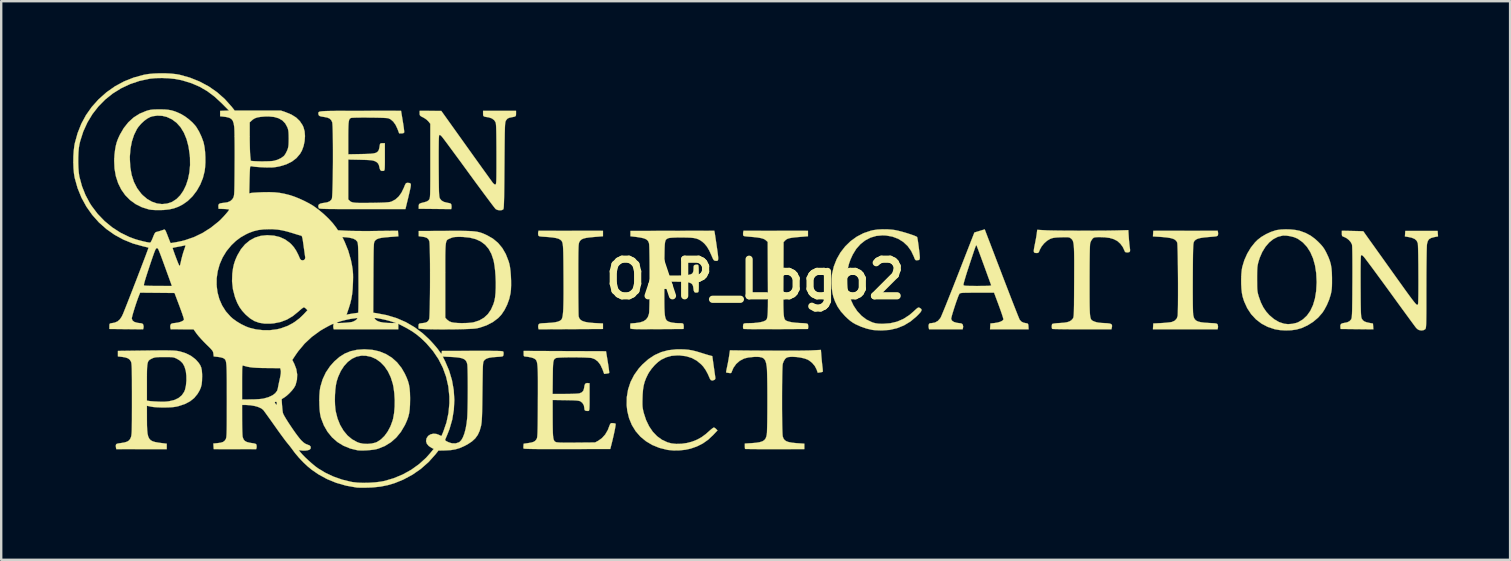
<source format=kicad_pcb>
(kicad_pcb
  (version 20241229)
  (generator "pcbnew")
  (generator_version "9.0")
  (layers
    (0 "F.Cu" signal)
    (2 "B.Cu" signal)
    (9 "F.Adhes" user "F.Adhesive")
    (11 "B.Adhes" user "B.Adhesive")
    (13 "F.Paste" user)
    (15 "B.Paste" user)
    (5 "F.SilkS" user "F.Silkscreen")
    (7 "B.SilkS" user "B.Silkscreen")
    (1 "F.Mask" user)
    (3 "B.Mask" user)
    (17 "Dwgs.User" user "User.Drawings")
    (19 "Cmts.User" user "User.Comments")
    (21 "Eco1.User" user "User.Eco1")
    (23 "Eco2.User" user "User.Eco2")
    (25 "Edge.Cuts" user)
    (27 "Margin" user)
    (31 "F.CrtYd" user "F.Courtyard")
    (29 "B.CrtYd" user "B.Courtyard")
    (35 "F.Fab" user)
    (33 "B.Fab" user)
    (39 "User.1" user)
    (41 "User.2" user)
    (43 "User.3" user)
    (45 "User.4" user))
  (footprint "OAP_Logo2"
    (layer "F.Cu")
    (at 28.421 8.587)
    (property "Reference" "OAP_Logo2" (at 0 0 0) (layer "F.SilkS") (effects (font (size 1.524 1.524) (thickness 0.3))))
    (attr through_hole)
    (fp_poly (pts (xy 19.285 -1.964) (xy 19.29 -1.892) (xy 19.284 -1.848) (xy 19.276 -1.824) (xy 19.259 -1.807) (xy 19.227 -1.794) (xy 19.17 -1.784) (xy 19.08 -1.775) (xy 18.95 -1.764) (xy 18.908 -1.761) (xy 18.714 -1.743) (xy 18.564 -1.721) (xy 18.452 -1.693) (xy 18.371 -1.656) (xy 18.315 -1.609) (xy 18.286 -1.567) (xy 18.277 -1.546) (xy 18.269 -1.518) (xy 18.262 -1.478) (xy 18.256 -1.423) (xy 18.252 -1.348) (xy 18.248 -1.249) (xy 18.245 -1.123) (xy 18.242 -0.964) (xy 18.24 -0.769) (xy 18.238 -0.534) (xy 18.236 -0.255) (xy 18.235 -0.069) (xy 18.234 0.274) (xy 18.234 0.579) (xy 18.235 0.845) (xy 18.237 1.069) (xy 18.241 1.249) (xy 18.245 1.383) (xy 18.251 1.47) (xy 18.254 1.494) (xy 18.278 1.591) (xy 18.316 1.665) (xy 18.374 1.722) (xy 18.458 1.762) (xy 18.574 1.791) (xy 18.728 1.81) (xy 18.925 1.823) (xy 19.059 1.83) (xy 19.151 1.836) (xy 19.21 1.845) (xy 19.244 1.857) (xy 19.263 1.875) (xy 19.275 1.9) (xy 19.287 1.973) (xy 19.282 2.023) (xy 19.267 2.085) (xy 16.575 2.085) (xy 16.582 1.964) (xy 16.59 1.843) (xy 16.925 1.826) (xy 17.062 1.817) (xy 17.189 1.805) (xy 17.294 1.793) (xy 17.364 1.78) (xy 17.367 1.779) (xy 17.484 1.726) (xy 17.565 1.639) (xy 17.604 1.532) (xy 17.608 1.477) (xy 17.612 1.378) (xy 17.615 1.242) (xy 17.618 1.073) (xy 17.619 0.878) (xy 17.62 0.661) (xy 17.62 0.43) (xy 17.62 0.188) (xy 17.619 -0.057) (xy 17.617 -0.301) (xy 17.615 -0.538) (xy 17.612 -0.763) (xy 17.609 -0.969) (xy 17.605 -1.151) (xy 17.6 -1.303) (xy 17.596 -1.42) (xy 17.591 -1.497) (xy 17.587 -1.524) (xy 17.553 -1.59) (xy 17.5 -1.642) (xy 17.421 -1.684) (xy 17.311 -1.716) (xy 17.164 -1.74) (xy 16.975 -1.759) (xy 16.849 -1.768) (xy 16.575 -1.785) (xy 16.582 -1.902) (xy 16.59 -2.018) (xy 17.93 -2.02) (xy 19.27 -2.021) (xy 19.285 -1.964)) (stroke (width 0.01) (type solid)) (fill yes) (layer "F.SilkS"))
    (fp_poly (pts (xy 0.857 -2.02) (xy 2.199 -2.018) (xy 2.199 -1.792) (xy 1.836 -1.762) (xy 1.658 -1.746) (xy 1.523 -1.729) (xy 1.423 -1.71) (xy 1.349 -1.686) (xy 1.293 -1.656) (xy 1.248 -1.617) (xy 1.243 -1.612) (xy 1.182 -1.547) (xy 1.176 -0.004) (xy 1.174 0.33) (xy 1.173 0.617) (xy 1.173 0.861) (xy 1.173 1.065) (xy 1.176 1.234) (xy 1.181 1.37) (xy 1.188 1.478) (xy 1.199 1.561) (xy 1.213 1.623) (xy 1.232 1.668) (xy 1.255 1.699) (xy 1.283 1.721) (xy 1.316 1.736) (xy 1.356 1.75) (xy 1.398 1.763) (xy 1.526 1.793) (xy 1.704 1.814) (xy 1.863 1.824) (xy 1.997 1.83) (xy 2.088 1.837) (xy 2.146 1.845) (xy 2.178 1.856) (xy 2.194 1.874) (xy 2.202 1.895) (xy 2.21 1.969) (xy 2.208 2.012) (xy 2.199 2.072) (xy 0.863 2.079) (xy 0.607 2.08) (xy 0.366 2.08) (xy 0.146 2.08) (xy -0.05 2.079) (xy -0.215 2.077) (xy -0.346 2.075) (xy -0.438 2.073) (xy -0.486 2.07) (xy -0.491 2.068) (xy -0.505 2.029) (xy -0.508 1.964) (xy -0.5 1.897) (xy -0.493 1.871) (xy -0.475 1.851) (xy -0.435 1.838) (xy -0.362 1.832) (xy -0.258 1.83) (xy -0.079 1.825) (xy 0.088 1.81) (xy 0.232 1.787) (xy 0.343 1.758) (xy 0.382 1.741) (xy 0.413 1.725) (xy 0.439 1.71) (xy 0.461 1.69) (xy 0.48 1.662) (xy 0.495 1.623) (xy 0.506 1.569) (xy 0.516 1.496) (xy 0.522 1.4) (xy 0.527 1.277) (xy 0.53 1.124) (xy 0.531 0.937) (xy 0.531 0.711) (xy 0.53 0.444) (xy 0.529 0.131) (xy 0.528 -0.002) (xy 0.521 -1.555) (xy 0.441 -1.627) (xy 0.388 -1.664) (xy 0.317 -1.694) (xy 0.22 -1.719) (xy 0.091 -1.741) (xy -0.076 -1.759) (xy -0.242 -1.773) (xy -0.357 -1.783) (xy -0.432 -1.792) (xy -0.475 -1.804) (xy -0.495 -1.821) (xy -0.503 -1.846) (xy -0.504 -1.852) (xy -0.505 -1.925) (xy -0.499 -1.967) (xy -0.485 -2.021) (xy 0.857 -2.02)) (stroke (width 0.01) (type solid)) (fill yes) (layer "F.SilkS"))
    (fp_poly (pts (xy -7.686 -2.02) (xy -6.344 -2.018) (xy -6.344 -1.792) (xy -6.722 -1.761) (xy -6.907 -1.743) (xy -7.048 -1.723) (xy -7.153 -1.697) (xy -7.228 -1.664) (xy -7.282 -1.621) (xy -7.321 -1.565) (xy -7.329 -1.551) (xy -7.338 -1.529) (xy -7.346 -1.501) (xy -7.353 -1.462) (xy -7.359 -1.41) (xy -7.363 -1.339) (xy -7.366 -1.246) (xy -7.369 -1.126) (xy -7.371 -0.976) (xy -7.372 -0.791) (xy -7.373 -0.568) (xy -7.373 -0.302) (xy -7.373 0.003) (xy -7.373 0.274) (xy -7.372 0.531) (xy -7.371 0.77) (xy -7.369 0.986) (xy -7.367 1.173) (xy -7.365 1.329) (xy -7.363 1.446) (xy -7.36 1.521) (xy -7.358 1.547) (xy -7.329 1.628) (xy -7.278 1.692) (xy -7.197 1.741) (xy -7.083 1.778) (xy -6.93 1.805) (xy -6.733 1.823) (xy -6.652 1.827) (xy -6.344 1.843) (xy -6.344 2.072) (xy -7.684 2.079) (xy -9.025 2.085) (xy -9.041 2.02) (xy -9.044 1.947) (xy -9.032 1.896) (xy -9.017 1.872) (xy -8.995 1.855) (xy -8.955 1.843) (xy -8.889 1.835) (xy -8.788 1.829) (xy -8.691 1.824) (xy -8.493 1.812) (xy -8.338 1.793) (xy -8.223 1.767) (xy -8.139 1.732) (xy -8.084 1.689) (xy -8.062 1.659) (xy -8.044 1.613) (xy -8.028 1.55) (xy -8.016 1.466) (xy -8.005 1.356) (xy -7.997 1.218) (xy -7.992 1.048) (xy -7.988 0.843) (xy -7.986 0.599) (xy -7.986 0.312) (xy -7.987 -0.02) (xy -7.988 -0.178) (xy -7.99 -0.477) (xy -7.992 -0.73) (xy -7.995 -0.94) (xy -7.998 -1.113) (xy -8.003 -1.251) (xy -8.009 -1.36) (xy -8.018 -1.444) (xy -8.029 -1.507) (xy -8.044 -1.554) (xy -8.062 -1.588) (xy -8.084 -1.614) (xy -8.11 -1.637) (xy -8.136 -1.657) (xy -8.201 -1.69) (xy -8.298 -1.717) (xy -8.433 -1.74) (xy -8.611 -1.758) (xy -8.753 -1.768) (xy -8.874 -1.776) (xy -8.953 -1.784) (xy -9.001 -1.794) (xy -9.026 -1.81) (xy -9.038 -1.833) (xy -9.042 -1.846) (xy -9.048 -1.919) (xy -9.043 -1.964) (xy -9.028 -2.021) (xy -7.686 -2.02)) (stroke (width 0.01) (type solid)) (fill yes) (layer "F.SilkS"))
    (fp_poly (pts (xy -2.965 2.923) (xy -2.791 2.937) (xy -2.623 2.965) (xy -2.445 3.009) (xy -2.263 3.064) (xy -2.142 3.102) (xy -2.027 3.137) (xy -1.934 3.165) (xy -1.892 3.176) (xy -1.788 3.203) (xy -1.732 3.604) (xy -1.711 3.748) (xy -1.693 3.879) (xy -1.677 3.988) (xy -1.667 4.063) (xy -1.663 4.086) (xy -1.662 4.15) (xy -1.69 4.187) (xy -1.701 4.194) (xy -1.785 4.221) (xy -1.849 4.202) (xy -1.885 4.151) (xy -1.977 3.943) (xy -2.069 3.775) (xy -2.168 3.636) (xy -2.247 3.55) (xy -2.434 3.394) (xy -2.643 3.281) (xy -2.876 3.208) (xy -3.139 3.175) (xy -3.239 3.172) (xy -3.486 3.191) (xy -3.712 3.254) (xy -3.915 3.351) (xy -4.048 3.447) (xy -4.186 3.576) (xy -4.316 3.726) (xy -4.426 3.882) (xy -4.469 3.957) (xy -4.548 4.121) (xy -4.607 4.274) (xy -4.648 4.43) (xy -4.675 4.601) (xy -4.691 4.802) (xy -4.696 4.933) (xy -4.7 5.089) (xy -4.7 5.209) (xy -4.696 5.304) (xy -4.685 5.387) (xy -4.668 5.473) (xy -4.644 5.573) (xy -4.548 5.867) (xy -4.421 6.129) (xy -4.267 6.356) (xy -4.086 6.544) (xy -3.883 6.691) (xy -3.658 6.795) (xy -3.488 6.841) (xy -3.29 6.862) (xy -3.07 6.856) (xy -2.845 6.824) (xy -2.635 6.769) (xy -2.629 6.767) (xy -2.421 6.684) (xy -2.239 6.584) (xy -2.065 6.456) (xy -1.944 6.35) (xy -1.862 6.277) (xy -1.791 6.219) (xy -1.74 6.185) (xy -1.723 6.178) (xy -1.682 6.196) (xy -1.632 6.237) (xy -1.63 6.239) (xy -1.572 6.3) (xy -1.746 6.484) (xy -1.959 6.685) (xy -2.185 6.844) (xy -2.434 6.969) (xy -2.687 7.057) (xy -2.906 7.105) (xy -3.151 7.131) (xy -3.399 7.135) (xy -3.631 7.114) (xy -3.666 7.108) (xy -3.992 7.027) (xy -4.288 6.907) (xy -4.553 6.749) (xy -4.785 6.557) (xy -4.981 6.332) (xy -5.138 6.077) (xy -5.255 5.795) (xy -5.33 5.488) (xy -5.356 5.25) (xy -5.351 4.914) (xy -5.297 4.591) (xy -5.195 4.282) (xy -5.045 3.989) (xy -4.849 3.715) (xy -4.693 3.545) (xy -4.448 3.328) (xy -4.191 3.16) (xy -3.918 3.037) (xy -3.625 2.958) (xy -3.305 2.922) (xy -3.165 2.919) (xy -2.965 2.923)) (stroke (width 0.01) (type solid)) (fill yes) (layer "F.SilkS"))
    (fp_poly (pts (xy -24.626 -7.076) (xy -24.46 -7.062) (xy -24.314 -7.035) (xy -24.172 -6.992) (xy -24.021 -6.928) (xy -23.932 -6.886) (xy -23.771 -6.792) (xy -23.606 -6.67) (xy -23.452 -6.533) (xy -23.326 -6.393) (xy -23.289 -6.343) (xy -23.176 -6.155) (xy -23.075 -5.941) (xy -22.996 -5.726) (xy -22.984 -5.682) (xy -22.949 -5.514) (xy -22.925 -5.311) (xy -22.913 -5.09) (xy -22.912 -4.867) (xy -22.925 -4.656) (xy -22.944 -4.503) (xy -23.016 -4.217) (xy -23.127 -3.943) (xy -23.272 -3.688) (xy -23.447 -3.459) (xy -23.646 -3.265) (xy -23.851 -3.12) (xy -24.037 -3.023) (xy -24.222 -2.955) (xy -24.419 -2.911) (xy -24.644 -2.887) (xy -24.764 -2.883) (xy -24.986 -2.882) (xy -25.16 -2.893) (xy -25.262 -2.909) (xy -25.554 -3) (xy -25.816 -3.13) (xy -26.049 -3.299) (xy -26.25 -3.502) (xy -26.417 -3.738) (xy -26.548 -4.003) (xy -26.643 -4.295) (xy -26.698 -4.611) (xy -26.713 -4.948) (xy -26.708 -5.037) (xy -26.061 -5.037) (xy -26.042 -4.677) (xy -25.986 -4.351) (xy -25.892 -4.058) (xy -25.759 -3.797) (xy -25.589 -3.57) (xy -25.529 -3.506) (xy -25.34 -3.346) (xy -25.139 -3.23) (xy -24.93 -3.158) (xy -24.718 -3.132) (xy -24.508 -3.153) (xy -24.306 -3.221) (xy -24.292 -3.228) (xy -24.116 -3.342) (xy -23.96 -3.499) (xy -23.827 -3.694) (xy -23.717 -3.922) (xy -23.634 -4.178) (xy -23.577 -4.457) (xy -23.55 -4.756) (xy -23.554 -5.068) (xy -23.564 -5.183) (xy -23.615 -5.53) (xy -23.696 -5.838) (xy -23.807 -6.107) (xy -23.945 -6.334) (xy -24.113 -6.521) (xy -24.308 -6.666) (xy -24.522 -6.765) (xy -24.711 -6.81) (xy -24.912 -6.819) (xy -25.106 -6.793) (xy -25.205 -6.763) (xy -25.332 -6.697) (xy -25.468 -6.597) (xy -25.599 -6.473) (xy -25.713 -6.337) (xy -25.766 -6.258) (xy -25.885 -6.017) (xy -25.975 -5.742) (xy -26.034 -5.44) (xy -26.06 -5.12) (xy -26.061 -5.037) (xy -26.708 -5.037) (xy -26.7 -5.183) (xy -26.676 -5.388) (xy -26.646 -5.557) (xy -26.607 -5.707) (xy -26.553 -5.853) (xy -26.481 -6.011) (xy -26.48 -6.013) (xy -26.315 -6.298) (xy -26.123 -6.54) (xy -25.902 -6.741) (xy -25.653 -6.899) (xy -25.387 -7.01) (xy -25.298 -7.038) (xy -25.218 -7.057) (xy -25.134 -7.069) (xy -25.033 -7.076) (xy -24.901 -7.078) (xy -24.828 -7.079) (xy -24.626 -7.076)) (stroke (width 0.01) (type solid)) (fill yes) (layer "F.SilkS"))
    (fp_poly (pts (xy -15.952 2.942) (xy -15.655 3.009) (xy -15.384 3.119) (xy -15.139 3.271) (xy -14.924 3.464) (xy -14.738 3.698) (xy -14.605 3.928) (xy -14.528 4.094) (xy -14.47 4.243) (xy -14.429 4.388) (xy -14.403 4.542) (xy -14.388 4.718) (xy -14.382 4.927) (xy -14.382 5.009) (xy -14.386 5.234) (xy -14.398 5.42) (xy -14.42 5.581) (xy -14.456 5.729) (xy -14.508 5.876) (xy -14.578 6.035) (xy -14.605 6.089) (xy -14.765 6.36) (xy -14.957 6.595) (xy -15.179 6.791) (xy -15.428 6.945) (xy -15.702 7.057) (xy -15.788 7.081) (xy -15.888 7.1) (xy -16.02 7.116) (xy -16.167 7.128) (xy -16.315 7.135) (xy -16.447 7.136) (xy -16.549 7.13) (xy -16.565 7.128) (xy -16.875 7.054) (xy -17.158 6.938) (xy -17.412 6.782) (xy -17.634 6.587) (xy -17.822 6.356) (xy -17.975 6.09) (xy -18.09 5.791) (xy -18.107 5.73) (xy -18.133 5.599) (xy -18.152 5.431) (xy -18.162 5.24) (xy -18.165 5.043) (xy -17.516 5.043) (xy -17.509 5.252) (xy -17.492 5.436) (xy -17.481 5.504) (xy -17.406 5.801) (xy -17.298 6.069) (xy -17.16 6.305) (xy -16.996 6.505) (xy -16.806 6.665) (xy -16.595 6.783) (xy -16.501 6.819) (xy -16.343 6.853) (xy -16.166 6.862) (xy -15.988 6.847) (xy -15.828 6.809) (xy -15.76 6.781) (xy -15.597 6.675) (xy -15.445 6.526) (xy -15.311 6.34) (xy -15.198 6.126) (xy -15.111 5.889) (xy -15.09 5.811) (xy -15.048 5.577) (xy -15.025 5.312) (xy -15.022 5.031) (xy -15.039 4.752) (xy -15.074 4.489) (xy -15.102 4.356) (xy -15.189 4.081) (xy -15.306 3.838) (xy -15.449 3.628) (xy -15.616 3.456) (xy -15.803 3.323) (xy -16.008 3.232) (xy -16.226 3.187) (xy -16.418 3.185) (xy -16.618 3.226) (xy -16.806 3.314) (xy -16.979 3.444) (xy -17.134 3.615) (xy -17.269 3.822) (xy -17.378 4.062) (xy -17.442 4.259) (xy -17.474 4.418) (xy -17.498 4.611) (xy -17.512 4.825) (xy -17.516 5.043) (xy -18.165 5.043) (xy -18.166 5.04) (xy -18.161 4.843) (xy -18.148 4.663) (xy -18.127 4.514) (xy -18.121 4.486) (xy -18.026 4.168) (xy -17.891 3.881) (xy -17.714 3.62) (xy -17.534 3.419) (xy -17.321 3.235) (xy -17.1 3.096) (xy -16.862 2.999) (xy -16.6 2.941) (xy -16.308 2.92) (xy -16.272 2.92) (xy -15.952 2.942)) (stroke (width 0.01) (type solid)) (fill yes) (layer "F.SilkS"))
    (fp_poly (pts (xy 5.521 -2.08) (xy 5.726 -2.064) (xy 5.839 -2.047) (xy 5.959 -2.021) (xy 6.094 -1.987) (xy 6.237 -1.947) (xy 6.377 -1.904) (xy 6.507 -1.861) (xy 6.617 -1.822) (xy 6.699 -1.787) (xy 6.744 -1.762) (xy 6.749 -1.754) (xy 6.762 -1.697) (xy 6.778 -1.603) (xy 6.795 -1.484) (xy 6.813 -1.351) (xy 6.83 -1.215) (xy 6.845 -1.089) (xy 6.855 -0.983) (xy 6.86 -0.91) (xy 6.86 -0.886) (xy 6.849 -0.828) (xy 6.821 -0.803) (xy 6.761 -0.793) (xy 6.71 -0.791) (xy 6.678 -0.803) (xy 6.653 -0.838) (xy 6.624 -0.908) (xy 6.615 -0.935) (xy 6.501 -1.178) (xy 6.353 -1.385) (xy 6.171 -1.555) (xy 5.959 -1.686) (xy 5.72 -1.776) (xy 5.455 -1.823) (xy 5.299 -1.83) (xy 5.045 -1.806) (xy 4.805 -1.735) (xy 4.583 -1.619) (xy 4.383 -1.461) (xy 4.209 -1.264) (xy 4.065 -1.029) (xy 4.056 -1.01) (xy 3.967 -0.814) (xy 3.904 -0.633) (xy 3.862 -0.451) (xy 3.839 -0.253) (xy 3.831 -0.022) (xy 3.831 -0.013) (xy 3.834 0.181) (xy 3.843 0.335) (xy 3.86 0.459) (xy 3.873 0.517) (xy 3.968 0.821) (xy 4.094 1.092) (xy 4.249 1.327) (xy 4.431 1.523) (xy 4.636 1.679) (xy 4.865 1.79) (xy 4.903 1.804) (xy 5.006 1.832) (xy 5.119 1.849) (xy 5.258 1.856) (xy 5.322 1.856) (xy 5.628 1.834) (xy 5.912 1.767) (xy 6.176 1.653) (xy 6.425 1.492) (xy 6.59 1.351) (xy 6.679 1.268) (xy 6.741 1.214) (xy 6.782 1.186) (xy 6.812 1.178) (xy 6.84 1.186) (xy 6.861 1.197) (xy 6.91 1.231) (xy 6.933 1.268) (xy 6.925 1.315) (xy 6.886 1.376) (xy 6.812 1.458) (xy 6.721 1.549) (xy 6.471 1.759) (xy 6.199 1.923) (xy 5.907 2.04) (xy 5.598 2.111) (xy 5.274 2.133) (xy 5.266 2.133) (xy 5.138 2.129) (xy 5.015 2.123) (xy 4.915 2.115) (xy 4.873 2.109) (xy 4.648 2.057) (xy 4.412 1.977) (xy 4.188 1.876) (xy 4.182 1.874) (xy 4.065 1.806) (xy 3.954 1.727) (xy 3.836 1.624) (xy 3.748 1.539) (xy 3.571 1.342) (xy 3.432 1.14) (xy 3.324 0.918) (xy 3.255 0.725) (xy 3.219 0.57) (xy 3.194 0.384) (xy 3.182 0.183) (xy 3.183 -0.016) (xy 3.199 -0.195) (xy 3.202 -0.218) (xy 3.278 -0.539) (xy 3.397 -0.841) (xy 3.556 -1.119) (xy 3.751 -1.37) (xy 3.978 -1.59) (xy 4.233 -1.774) (xy 4.514 -1.92) (xy 4.816 -2.022) (xy 4.912 -2.045) (xy 5.093 -2.071) (xy 5.303 -2.082) (xy 5.521 -2.08)) (stroke (width 0.01) (type solid)) (fill yes) (layer "F.SilkS"))
    (fp_poly (pts (xy 22.313 -2.075) (xy 22.51 -2.054) (xy 22.681 -2.02) (xy 22.718 -2.009) (xy 22.948 -1.923) (xy 23.147 -1.816) (xy 23.332 -1.679) (xy 23.47 -1.552) (xy 23.577 -1.441) (xy 23.656 -1.347) (xy 23.721 -1.253) (xy 23.782 -1.143) (xy 23.807 -1.093) (xy 23.887 -0.922) (xy 23.946 -0.768) (xy 23.988 -0.618) (xy 24.015 -0.459) (xy 24.03 -0.278) (xy 24.036 -0.063) (xy 24.036 -0.013) (xy 24.036 0.16) (xy 24.033 0.294) (xy 24.025 0.402) (xy 24.013 0.496) (xy 23.995 0.587) (xy 23.981 0.646) (xy 23.915 0.855) (xy 23.824 1.07) (xy 23.716 1.272) (xy 23.631 1.401) (xy 23.458 1.599) (xy 23.249 1.775) (xy 23.016 1.922) (xy 22.77 2.034) (xy 22.547 2.097) (xy 22.33 2.126) (xy 22.094 2.133) (xy 21.861 2.118) (xy 21.653 2.083) (xy 21.65 2.082) (xy 21.361 1.986) (xy 21.1 1.849) (xy 20.869 1.672) (xy 20.669 1.457) (xy 20.504 1.206) (xy 20.374 0.921) (xy 20.312 0.725) (xy 20.283 0.579) (xy 20.263 0.398) (xy 20.252 0.195) (xy 20.251 -0.013) (xy 20.915 -0.013) (xy 20.916 0.163) (xy 20.917 0.298) (xy 20.921 0.402) (xy 20.929 0.485) (xy 20.94 0.556) (xy 20.957 0.626) (xy 20.979 0.703) (xy 20.985 0.724) (xy 21.072 0.966) (xy 21.173 1.171) (xy 21.296 1.351) (xy 21.423 1.494) (xy 21.621 1.663) (xy 21.829 1.784) (xy 22.046 1.855) (xy 22.047 1.855) (xy 22.206 1.871) (xy 22.382 1.858) (xy 22.549 1.82) (xy 22.627 1.791) (xy 22.824 1.673) (xy 22.993 1.514) (xy 23.134 1.315) (xy 23.245 1.077) (xy 23.326 0.802) (xy 23.377 0.491) (xy 23.396 0.146) (xy 23.396 0.099) (xy 23.379 -0.253) (xy 23.329 -0.576) (xy 23.247 -0.869) (xy 23.135 -1.127) (xy 22.993 -1.35) (xy 22.823 -1.534) (xy 22.626 -1.677) (xy 22.57 -1.707) (xy 22.448 -1.756) (xy 22.3 -1.793) (xy 22.148 -1.817) (xy 22.013 -1.821) (xy 21.977 -1.818) (xy 21.778 -1.769) (xy 21.59 -1.672) (xy 21.417 -1.533) (xy 21.263 -1.353) (xy 21.13 -1.138) (xy 21.022 -0.889) (xy 20.971 -0.725) (xy 20.951 -0.647) (xy 20.936 -0.573) (xy 20.926 -0.492) (xy 20.92 -0.394) (xy 20.916 -0.27) (xy 20.915 -0.11) (xy 20.915 -0.013) (xy 20.251 -0.013) (xy 20.251 -0.014) (xy 20.259 -0.217) (xy 20.277 -0.397) (xy 20.298 -0.516) (xy 20.384 -0.798) (xy 20.505 -1.069) (xy 20.655 -1.319) (xy 20.829 -1.537) (xy 20.932 -1.64) (xy 21.091 -1.763) (xy 21.282 -1.876) (xy 21.486 -1.971) (xy 21.685 -2.037) (xy 21.739 -2.05) (xy 21.909 -2.073) (xy 22.107 -2.081) (xy 22.313 -2.075)) (stroke (width 0.01) (type solid)) (fill yes) (layer "F.SilkS"))
    (fp_poly (pts (xy 2.755 3.182) (xy 2.767 3.321) (xy 2.782 3.474) (xy 2.797 3.61) (xy 2.8 3.631) (xy 2.811 3.729) (xy 2.817 3.807) (xy 2.816 3.851) (xy 2.814 3.856) (xy 2.783 3.867) (xy 2.721 3.879) (xy 2.704 3.882) (xy 2.606 3.895) (xy 2.56 3.763) (xy 2.484 3.615) (xy 2.37 3.481) (xy 2.232 3.375) (xy 2.178 3.346) (xy 2.053 3.301) (xy 1.896 3.265) (xy 1.726 3.241) (xy 1.561 3.232) (xy 1.47 3.234) (xy 1.377 3.244) (xy 1.317 3.263) (xy 1.269 3.298) (xy 1.245 3.324) (xy 1.192 3.406) (xy 1.152 3.511) (xy 1.147 3.533) (xy 1.14 3.589) (xy 1.135 3.689) (xy 1.13 3.828) (xy 1.126 4) (xy 1.123 4.199) (xy 1.12 4.418) (xy 1.119 4.653) (xy 1.118 4.897) (xy 1.118 5.144) (xy 1.118 5.389) (xy 1.12 5.625) (xy 1.122 5.848) (xy 1.125 6.05) (xy 1.129 6.226) (xy 1.134 6.371) (xy 1.139 6.477) (xy 1.146 6.541) (xy 1.147 6.549) (xy 1.178 6.634) (xy 1.225 6.7) (xy 1.296 6.749) (xy 1.397 6.785) (xy 1.535 6.811) (xy 1.714 6.83) (xy 1.773 6.834) (xy 2.047 6.852) (xy 2.047 7.078) (xy 0.818 7.079) (xy 0.573 7.08) (xy 0.344 7.079) (xy 0.135 7.079) (xy -0.047 7.077) (xy -0.199 7.076) (xy -0.316 7.074) (xy -0.391 7.073) (xy -0.421 7.071) (xy -0.422 7.07) (xy -0.428 7.041) (xy -0.432 6.979) (xy -0.432 6.953) (xy -0.432 6.847) (xy -0.165 6.831) (xy 0.031 6.815) (xy 0.182 6.791) (xy 0.295 6.756) (xy 0.376 6.706) (xy 0.431 6.638) (xy 0.466 6.548) (xy 0.484 6.455) (xy 0.49 6.39) (xy 0.494 6.28) (xy 0.498 6.133) (xy 0.502 5.953) (xy 0.504 5.749) (xy 0.506 5.525) (xy 0.507 5.289) (xy 0.507 5.047) (xy 0.507 4.805) (xy 0.506 4.57) (xy 0.504 4.348) (xy 0.501 4.145) (xy 0.497 3.968) (xy 0.493 3.823) (xy 0.488 3.717) (xy 0.484 3.669) (xy 0.459 3.509) (xy 0.422 3.391) (xy 0.365 3.31) (xy 0.283 3.261) (xy 0.167 3.237) (xy 0.012 3.233) (xy -0.064 3.237) (xy -0.279 3.259) (xy -0.447 3.299) (xy -0.468 3.307) (xy -0.645 3.399) (xy -0.794 3.53) (xy -0.909 3.692) (xy -0.965 3.823) (xy -0.988 3.885) (xy -1.015 3.91) (xy -1.064 3.91) (xy -1.102 3.904) (xy -1.168 3.893) (xy -1.208 3.883) (xy -1.213 3.881) (xy -1.211 3.854) (xy -1.2 3.79) (xy -1.181 3.698) (xy -1.168 3.634) (xy -1.139 3.495) (xy -1.111 3.343) (xy -1.088 3.205) (xy -1.084 3.178) (xy -1.052 2.962) (xy -0.825 2.965) (xy -0.516 2.969) (xy -0.197 2.972) (xy 0.125 2.974) (xy 0.445 2.976) (xy 0.758 2.977) (xy 1.06 2.977) (xy 1.344 2.977) (xy 1.605 2.976) (xy 1.838 2.975) (xy 2.037 2.972) (xy 2.198 2.97) (xy 2.315 2.966) (xy 2.342 2.965) (xy 2.738 2.944) (xy 2.755 3.182)) (stroke (width 0.01) (type solid)) (fill yes) (layer "F.SilkS"))
    (fp_poly (pts (xy -12.141 -2.015) (xy -11.968 -2.011) (xy -11.823 -2.004) (xy -11.703 -1.994) (xy -11.601 -1.981) (xy -11.511 -1.962) (xy -11.43 -1.939) (xy -11.35 -1.91) (xy -11.267 -1.875) (xy -11.176 -1.832) (xy -11.174 -1.832) (xy -10.929 -1.692) (xy -10.717 -1.515) (xy -10.539 -1.301) (xy -10.393 -1.048) (xy -10.279 -0.757) (xy -10.246 -0.646) (xy -10.219 -0.513) (xy -10.197 -0.342) (xy -10.182 -0.149) (xy -10.173 0.054) (xy -10.172 0.252) (xy -10.179 0.431) (xy -10.195 0.578) (xy -10.195 0.579) (xy -10.25 0.821) (xy -10.336 1.058) (xy -10.445 1.277) (xy -10.573 1.469) (xy -10.706 1.613) (xy -10.931 1.783) (xy -11.19 1.918) (xy -11.479 2.017) (xy -11.599 2.045) (xy -11.673 2.055) (xy -11.785 2.064) (xy -11.93 2.071) (xy -12.102 2.077) (xy -12.294 2.082) (xy -12.5 2.086) (xy -12.715 2.088) (xy -12.932 2.089) (xy -13.145 2.089) (xy -13.349 2.087) (xy -13.536 2.084) (xy -13.702 2.079) (xy -13.84 2.073) (xy -13.943 2.066) (xy -14.007 2.057) (xy -14.025 2.049) (xy -14.032 2) (xy -14.03 1.931) (xy -14.03 1.928) (xy -14.024 1.882) (xy -14.007 1.855) (xy -13.968 1.841) (xy -13.895 1.831) (xy -13.864 1.828) (xy -13.75 1.811) (xy -13.673 1.779) (xy -13.62 1.726) (xy -13.586 1.66) (xy -13.579 1.618) (xy -13.573 1.532) (xy -13.568 1.405) (xy -13.563 1.244) (xy -13.559 1.053) (xy -13.556 0.84) (xy -13.553 0.608) (xy -13.551 0.364) (xy -13.55 0.112) (xy -13.55 -0.141) (xy -13.55 -0.39) (xy -13.551 -0.565) (xy -12.916 -0.565) (xy -12.916 -0.28) (xy -12.916 0.037) (xy -12.916 1.601) (xy -12.845 1.68) (xy -12.748 1.754) (xy -12.648 1.793) (xy -12.546 1.811) (xy -12.407 1.823) (xy -12.248 1.828) (xy -12.082 1.826) (xy -11.924 1.818) (xy -11.789 1.804) (xy -11.723 1.791) (xy -11.496 1.716) (xy -11.303 1.604) (xy -11.141 1.454) (xy -11.01 1.265) (xy -10.909 1.036) (xy -10.869 0.903) (xy -10.84 0.755) (xy -10.821 0.568) (xy -10.812 0.353) (xy -10.811 0.122) (xy -10.82 -0.115) (xy -10.837 -0.346) (xy -10.862 -0.561) (xy -10.895 -0.748) (xy -10.908 -0.804) (xy -10.992 -1.054) (xy -11.106 -1.264) (xy -11.252 -1.437) (xy -11.431 -1.572) (xy -11.644 -1.671) (xy -11.893 -1.734) (xy -12.178 -1.763) (xy -12.268 -1.765) (xy -12.404 -1.765) (xy -12.503 -1.761) (xy -12.577 -1.751) (xy -12.639 -1.734) (xy -12.702 -1.708) (xy -12.705 -1.707) (xy -12.747 -1.689) (xy -12.784 -1.673) (xy -12.814 -1.656) (xy -12.84 -1.634) (xy -12.861 -1.602) (xy -12.877 -1.558) (xy -12.89 -1.497) (xy -12.9 -1.415) (xy -12.907 -1.309) (xy -12.912 -1.175) (xy -12.915 -1.009) (xy -12.916 -0.807) (xy -12.916 -0.565) (xy -13.551 -0.565) (xy -13.551 -0.63) (xy -13.553 -0.855) (xy -13.556 -1.06) (xy -13.56 -1.239) (xy -13.564 -1.387) (xy -13.569 -1.498) (xy -13.576 -1.567) (xy -13.579 -1.583) (xy -13.615 -1.665) (xy -13.676 -1.721) (xy -13.772 -1.757) (xy -13.872 -1.774) (xy -14.022 -1.793) (xy -14.022 -2.01) (xy -12.891 -2.015) (xy -12.597 -2.016) (xy -12.349 -2.016) (xy -12.141 -2.015)) (stroke (width 0.01) (type solid)) (fill yes) (layer "F.SilkS"))
    (fp_poly (pts (xy -24.552 2.965) (xy -24.417 2.967) (xy -24.308 2.97) (xy -24.218 2.974) (xy -24.143 2.98) (xy -24.08 2.988) (xy -24.024 2.998) (xy -23.97 3.009) (xy -23.97 3.009) (xy -23.726 3.085) (xy -23.511 3.193) (xy -23.333 3.328) (xy -23.292 3.369) (xy -23.196 3.478) (xy -23.129 3.577) (xy -23.085 3.681) (xy -23.06 3.801) (xy -23.049 3.951) (xy -23.048 4.055) (xy -23.053 4.237) (xy -23.068 4.382) (xy -23.1 4.507) (xy -23.15 4.626) (xy -23.224 4.754) (xy -23.239 4.778) (xy -23.377 4.947) (xy -23.553 5.087) (xy -23.769 5.2) (xy -24.028 5.286) (xy -24.116 5.307) (xy -24.235 5.326) (xy -24.39 5.338) (xy -24.567 5.343) (xy -24.751 5.343) (xy -24.927 5.336) (xy -25.081 5.324) (xy -25.19 5.306) (xy -25.349 5.272) (xy -25.348 5.846) (xy -25.346 6.085) (xy -25.338 6.279) (xy -25.323 6.433) (xy -25.295 6.551) (xy -25.253 6.641) (xy -25.193 6.706) (xy -25.111 6.752) (xy -25.006 6.784) (xy -24.873 6.808) (xy -24.771 6.822) (xy -24.523 6.853) (xy -24.523 7.08) (xy -25.573 7.08) (xy -26.623 7.081) (xy -26.636 7.026) (xy -26.644 6.955) (xy -26.642 6.912) (xy -26.633 6.882) (xy -26.61 6.862) (xy -26.562 6.846) (xy -26.478 6.832) (xy -26.43 6.826) (xy -26.282 6.801) (xy -26.176 6.768) (xy -26.101 6.722) (xy -26.049 6.657) (xy -26.019 6.592) (xy -26.009 6.564) (xy -26.001 6.531) (xy -25.994 6.49) (xy -25.988 6.437) (xy -25.983 6.367) (xy -25.979 6.276) (xy -25.977 6.16) (xy -25.975 6.015) (xy -25.973 5.837) (xy -25.973 5.621) (xy -25.972 5.363) (xy -25.972 5.059) (xy -25.972 5.057) (xy -25.349 5.057) (xy -25.267 5.071) (xy -25.188 5.081) (xy -25.071 5.09) (xy -24.91 5.098) (xy -24.726 5.105) (xy -24.631 5.104) (xy -24.515 5.095) (xy -24.425 5.084) (xy -24.212 5.034) (xy -24.035 4.952) (xy -23.896 4.838) (xy -23.798 4.694) (xy -23.759 4.598) (xy -23.722 4.426) (xy -23.703 4.228) (xy -23.705 4.025) (xy -23.726 3.838) (xy -23.733 3.804) (xy -23.786 3.632) (xy -23.861 3.498) (xy -23.966 3.394) (xy -24.091 3.318) (xy -24.151 3.289) (xy -24.203 3.268) (xy -24.258 3.254) (xy -24.325 3.247) (xy -24.416 3.243) (xy -24.541 3.242) (xy -24.625 3.242) (xy -24.777 3.242) (xy -24.889 3.246) (xy -24.971 3.252) (xy -25.033 3.263) (xy -25.085 3.28) (xy -25.126 3.297) (xy -25.185 3.326) (xy -25.233 3.354) (xy -25.27 3.388) (xy -25.299 3.432) (xy -25.319 3.494) (xy -25.333 3.577) (xy -25.342 3.688) (xy -25.347 3.833) (xy -25.349 4.016) (xy -25.349 4.243) (xy -25.349 4.289) (xy -25.349 5.057) (xy -25.972 5.057) (xy -25.972 4.996) (xy -25.972 4.682) (xy -25.973 4.414) (xy -25.973 4.19) (xy -25.975 4.004) (xy -25.977 3.852) (xy -25.979 3.732) (xy -25.983 3.637) (xy -25.988 3.565) (xy -25.993 3.512) (xy -26 3.473) (xy -26.008 3.444) (xy -26.015 3.428) (xy -26.066 3.349) (xy -26.143 3.293) (xy -26.255 3.256) (xy -26.384 3.235) (xy -26.557 3.216) (xy -26.557 2.987) (xy -25.743 2.976) (xy -25.421 2.972) (xy -25.145 2.968) (xy -24.911 2.966) (xy -24.715 2.965) (xy -24.552 2.965)) (stroke (width 0.01) (type solid)) (fill yes) (layer "F.SilkS"))
    (fp_poly (pts (xy 9.585 -2.025) (xy 9.597 -1.993) (xy 9.626 -1.917) (xy 9.67 -1.801) (xy 9.728 -1.65) (xy 9.799 -1.466) (xy 9.88 -1.253) (xy 9.971 -1.016) (xy 10.069 -0.758) (xy 10.175 -0.483) (xy 10.285 -0.195) (xy 10.293 -0.173) (xy 10.404 0.116) (xy 10.511 0.393) (xy 10.611 0.653) (xy 10.704 0.893) (xy 10.789 1.109) (xy 10.863 1.297) (xy 10.924 1.452) (xy 10.973 1.572) (xy 11.006 1.652) (xy 11.023 1.689) (xy 11.024 1.69) (xy 11.091 1.764) (xy 11.183 1.81) (xy 11.276 1.829) (xy 11.338 1.84) (xy 11.368 1.861) (xy 11.381 1.905) (xy 11.386 1.964) (xy 11.393 2.085) (xy 9.786 2.085) (xy 9.794 1.964) (xy 9.802 1.843) (xy 9.979 1.824) (xy 10.115 1.801) (xy 10.227 1.766) (xy 10.305 1.724) (xy 10.343 1.677) (xy 10.344 1.672) (xy 10.337 1.637) (xy 10.315 1.561) (xy 10.28 1.453) (xy 10.234 1.319) (xy 10.18 1.168) (xy 10.153 1.094) (xy 9.954 0.56) (xy 9.252 0.56) (xy 9.044 0.56) (xy 8.88 0.561) (xy 8.755 0.563) (xy 8.664 0.566) (xy 8.6 0.571) (xy 8.558 0.579) (xy 8.531 0.588) (xy 8.515 0.601) (xy 8.512 0.604) (xy 8.49 0.644) (xy 8.457 0.723) (xy 8.417 0.832) (xy 8.371 0.961) (xy 8.324 1.101) (xy 8.278 1.243) (xy 8.236 1.378) (xy 8.201 1.496) (xy 8.177 1.589) (xy 8.166 1.646) (xy 8.166 1.656) (xy 8.201 1.726) (xy 8.281 1.78) (xy 8.399 1.815) (xy 8.465 1.824) (xy 8.556 1.835) (xy 8.61 1.851) (xy 8.64 1.878) (xy 8.65 1.896) (xy 8.665 1.966) (xy 8.66 2.019) (xy 8.644 2.085) (xy 7.247 2.085) (xy 7.231 2.021) (xy 7.225 1.945) (xy 7.231 1.894) (xy 7.251 1.851) (xy 7.291 1.833) (xy 7.342 1.83) (xy 7.488 1.806) (xy 7.613 1.736) (xy 7.712 1.624) (xy 7.725 1.601) (xy 7.747 1.556) (xy 7.785 1.467) (xy 7.838 1.34) (xy 7.905 1.177) (xy 7.983 0.983) (xy 8.071 0.763) (xy 8.168 0.52) (xy 8.272 0.259) (xy 8.282 0.233) (xy 8.677 0.233) (xy 8.677 0.237) (xy 8.687 0.251) (xy 8.708 0.261) (xy 8.747 0.269) (xy 8.81 0.274) (xy 8.903 0.277) (xy 9.032 0.279) (xy 9.204 0.28) (xy 9.269 0.28) (xy 9.462 0.279) (xy 9.609 0.277) (xy 9.715 0.274) (xy 9.784 0.268) (xy 9.822 0.26) (xy 9.834 0.25) (xy 9.833 0.248) (xy 9.822 0.217) (xy 9.795 0.144) (xy 9.756 0.036) (xy 9.705 -0.103) (xy 9.646 -0.267) (xy 9.58 -0.448) (xy 9.535 -0.572) (xy 9.465 -0.763) (xy 9.401 -0.939) (xy 9.343 -1.096) (xy 9.295 -1.226) (xy 9.258 -1.323) (xy 9.235 -1.383) (xy 9.228 -1.398) (xy 9.222 -1.411) (xy 9.217 -1.419) (xy 9.211 -1.419) (xy 9.202 -1.407) (xy 9.188 -1.378) (xy 9.169 -1.328) (xy 9.142 -1.252) (xy 9.106 -1.146) (xy 9.059 -1.005) (xy 9 -0.827) (xy 8.926 -0.605) (xy 8.911 -0.558) (xy 8.845 -0.358) (xy 8.788 -0.178) (xy 8.742 -0.024) (xy 8.706 0.1) (xy 8.684 0.187) (xy 8.677 0.233) (xy 8.282 0.233) (xy 8.38 -0.017) (xy 8.467 -0.239) (xy 9.134 -1.948) (xy 9.349 -2.013) (xy 9.563 -2.079) (xy 9.585 -2.025)) (stroke (width 0.01) (type solid)) (fill yes) (layer "F.SilkS"))
    (fp_poly (pts (xy 12.074 -2.042) (xy 12.178 -2.037) (xy 12.327 -2.033) (xy 12.513 -2.03) (xy 12.73 -2.027) (xy 12.971 -2.025) (xy 13.23 -2.024) (xy 13.499 -2.023) (xy 13.772 -2.022) (xy 14.043 -2.023) (xy 14.304 -2.024) (xy 14.549 -2.025) (xy 14.771 -2.028) (xy 14.964 -2.031) (xy 15.103 -2.034) (xy 15.548 -2.047) (xy 15.566 -1.767) (xy 15.576 -1.631) (xy 15.589 -1.494) (xy 15.602 -1.376) (xy 15.61 -1.323) (xy 15.622 -1.223) (xy 15.617 -1.162) (xy 15.588 -1.131) (xy 15.531 -1.12) (xy 15.492 -1.119) (xy 15.435 -1.126) (xy 15.402 -1.158) (xy 15.383 -1.205) (xy 15.317 -1.346) (xy 15.219 -1.479) (xy 15.104 -1.584) (xy 15.082 -1.599) (xy 14.938 -1.673) (xy 14.77 -1.722) (xy 14.571 -1.748) (xy 14.39 -1.754) (xy 14.27 -1.754) (xy 14.189 -1.75) (xy 14.136 -1.742) (xy 14.1 -1.726) (xy 14.069 -1.7) (xy 14.055 -1.684) (xy 14.004 -1.612) (xy 13.965 -1.525) (xy 13.961 -1.513) (xy 13.954 -1.46) (xy 13.948 -1.356) (xy 13.943 -1.201) (xy 13.939 -0.996) (xy 13.936 -0.74) (xy 13.934 -0.433) (xy 13.933 -0.076) (xy 13.933 0.058) (xy 13.933 0.384) (xy 13.933 0.663) (xy 13.934 0.899) (xy 13.936 1.096) (xy 13.94 1.257) (xy 13.945 1.387) (xy 13.953 1.489) (xy 13.964 1.567) (xy 13.978 1.625) (xy 13.996 1.668) (xy 14.018 1.698) (xy 14.045 1.72) (xy 14.077 1.737) (xy 14.115 1.754) (xy 14.129 1.76) (xy 14.205 1.787) (xy 14.294 1.806) (xy 14.41 1.819) (xy 14.538 1.826) (xy 14.679 1.834) (xy 14.777 1.847) (xy 14.837 1.87) (xy 14.865 1.905) (xy 14.87 1.957) (xy 14.861 2.01) (xy 14.844 2.085) (xy 13.618 2.085) (xy 13.372 2.085) (xy 13.143 2.084) (xy 12.934 2.082) (xy 12.751 2.08) (xy 12.598 2.077) (xy 12.481 2.075) (xy 12.405 2.072) (xy 12.374 2.068) (xy 12.374 2.068) (xy 12.361 2.029) (xy 12.358 1.966) (xy 12.364 1.902) (xy 12.376 1.866) (xy 12.409 1.853) (xy 12.483 1.841) (xy 12.591 1.83) (xy 12.694 1.824) (xy 12.867 1.811) (xy 12.999 1.79) (xy 13.097 1.757) (xy 13.172 1.71) (xy 13.231 1.646) (xy 13.232 1.644) (xy 13.243 1.628) (xy 13.253 1.609) (xy 13.261 1.584) (xy 13.267 1.547) (xy 13.273 1.496) (xy 13.277 1.426) (xy 13.281 1.333) (xy 13.283 1.213) (xy 13.286 1.062) (xy 13.287 0.877) (xy 13.289 0.652) (xy 13.29 0.384) (xy 13.292 0.096) (xy 13.293 -0.238) (xy 13.294 -0.526) (xy 13.294 -0.77) (xy 13.292 -0.974) (xy 13.289 -1.144) (xy 13.284 -1.282) (xy 13.277 -1.392) (xy 13.267 -1.478) (xy 13.254 -1.545) (xy 13.238 -1.595) (xy 13.219 -1.634) (xy 13.196 -1.664) (xy 13.169 -1.689) (xy 13.151 -1.704) (xy 13.119 -1.727) (xy 13.084 -1.742) (xy 13.036 -1.75) (xy 12.966 -1.753) (xy 12.862 -1.752) (xy 12.751 -1.749) (xy 12.603 -1.743) (xy 12.494 -1.734) (xy 12.411 -1.721) (xy 12.342 -1.701) (xy 12.286 -1.679) (xy 12.161 -1.604) (xy 12.039 -1.495) (xy 11.935 -1.367) (xy 11.863 -1.237) (xy 11.856 -1.219) (xy 11.826 -1.145) (xy 11.798 -1.107) (xy 11.761 -1.095) (xy 11.734 -1.094) (xy 11.675 -1.096) (xy 11.635 -1.108) (xy 11.614 -1.136) (xy 11.609 -1.189) (xy 11.619 -1.274) (xy 11.642 -1.399) (xy 11.653 -1.452) (xy 11.68 -1.589) (xy 11.705 -1.723) (xy 11.724 -1.838) (xy 11.735 -1.914) (xy 11.752 -2.06) (xy 12.074 -2.042)) (stroke (width 0.01) (type solid)) (fill yes) (layer "F.SilkS"))
    (fp_poly (pts (xy -1.692 -1.958) (xy -1.684 -1.914) (xy -1.671 -1.829) (xy -1.653 -1.71) (xy -1.632 -1.566) (xy -1.608 -1.406) (xy -1.6 -1.35) (xy -1.573 -1.163) (xy -1.554 -1.019) (xy -1.544 -0.915) (xy -1.543 -0.843) (xy -1.551 -0.798) (xy -1.57 -0.774) (xy -1.601 -0.766) (xy -1.642 -0.767) (xy -1.661 -0.769) (xy -1.696 -0.776) (xy -1.725 -0.797) (xy -1.754 -0.84) (xy -1.789 -0.915) (xy -1.827 -1.004) (xy -1.919 -1.204) (xy -2.013 -1.362) (xy -2.115 -1.485) (xy -2.202 -1.562) (xy -2.283 -1.619) (xy -2.363 -1.663) (xy -2.449 -1.695) (xy -2.55 -1.717) (xy -2.675 -1.731) (xy -2.832 -1.738) (xy -3.031 -1.741) (xy -3.064 -1.741) (xy -3.266 -1.74) (xy -3.422 -1.735) (xy -3.533 -1.727) (xy -3.604 -1.716) (xy -3.624 -1.709) (xy -3.666 -1.69) (xy -3.7 -1.668) (xy -3.726 -1.638) (xy -3.745 -1.593) (xy -3.759 -1.529) (xy -3.769 -1.439) (xy -3.775 -1.318) (xy -3.779 -1.16) (xy -3.782 -0.96) (xy -3.784 -0.858) (xy -3.791 -0.153) (xy -3.293 -0.153) (xy -3.082 -0.154) (xy -2.915 -0.16) (xy -2.789 -0.173) (xy -2.698 -0.196) (xy -2.635 -0.23) (xy -2.596 -0.279) (xy -2.576 -0.344) (xy -2.569 -0.427) (xy -2.568 -0.472) (xy -2.564 -0.543) (xy -2.548 -0.58) (xy -2.511 -0.598) (xy -2.506 -0.599) (xy -2.439 -0.608) (xy -2.398 -0.606) (xy -2.383 -0.6) (xy -2.372 -0.584) (xy -2.363 -0.553) (xy -2.358 -0.5) (xy -2.354 -0.418) (xy -2.352 -0.302) (xy -2.351 -0.145) (xy -2.35 -0.031) (xy -2.35 0.153) (xy -2.35 0.292) (xy -2.352 0.393) (xy -2.356 0.462) (xy -2.362 0.506) (xy -2.371 0.53) (xy -2.385 0.543) (xy -2.402 0.549) (xy -2.406 0.55) (xy -2.484 0.558) (xy -2.535 0.532) (xy -2.563 0.467) (xy -2.573 0.394) (xy -2.585 0.308) (xy -2.606 0.241) (xy -2.644 0.19) (xy -2.704 0.153) (xy -2.79 0.128) (xy -2.91 0.113) (xy -3.067 0.105) (xy -3.269 0.102) (xy -3.324 0.102) (xy -3.788 0.102) (xy -3.788 0.762) (xy -3.787 1.004) (xy -3.784 1.201) (xy -3.777 1.358) (xy -3.767 1.48) (xy -3.752 1.573) (xy -3.732 1.641) (xy -3.707 1.691) (xy -3.678 1.726) (xy -3.602 1.77) (xy -3.484 1.803) (xy -3.334 1.824) (xy -3.175 1.831) (xy -3.083 1.832) (xy -3.029 1.839) (xy -3.001 1.855) (xy -2.988 1.884) (xy -2.986 1.892) (xy -2.977 1.967) (xy -2.979 2.012) (xy -2.987 2.072) (xy -4.088 2.079) (xy -4.358 2.08) (xy -4.582 2.081) (xy -4.763 2.081) (xy -4.907 2.079) (xy -5.016 2.077) (xy -5.096 2.073) (xy -5.15 2.068) (xy -5.183 2.062) (xy -5.199 2.054) (xy -5.202 2.049) (xy -5.209 2) (xy -5.208 1.931) (xy -5.208 1.928) (xy -5.199 1.843) (xy -4.991 1.826) (xy -4.802 1.799) (xy -4.656 1.751) (xy -4.549 1.679) (xy -4.474 1.578) (xy -4.429 1.447) (xy -4.424 1.422) (xy -4.418 1.369) (xy -4.414 1.27) (xy -4.41 1.134) (xy -4.406 0.965) (xy -4.404 0.77) (xy -4.402 0.554) (xy -4.4 0.323) (xy -4.4 0.084) (xy -4.4 -0.159) (xy -4.4 -0.398) (xy -4.401 -0.628) (xy -4.403 -0.843) (xy -4.406 -1.037) (xy -4.409 -1.204) (xy -4.413 -1.339) (xy -4.418 -1.435) (xy -4.423 -1.486) (xy -4.423 -1.487) (xy -4.448 -1.562) (xy -4.487 -1.621) (xy -4.548 -1.667) (xy -4.636 -1.704) (xy -4.759 -1.733) (xy -4.923 -1.759) (xy -5.022 -1.771) (xy -5.199 -1.792) (xy -5.199 -2.013) (xy -3.452 -2.017) (xy -1.705 -2.021) (xy -1.692 -1.958)) (stroke (width 0.01) (type solid)) (fill yes) (layer "F.SilkS"))
    (fp_poly (pts (xy -7.933 2.994) (xy -6.217 3) (xy -6.144 3.446) (xy -6.121 3.591) (xy -6.103 3.717) (xy -6.09 3.818) (xy -6.084 3.883) (xy -6.084 3.906) (xy -6.116 3.918) (xy -6.178 3.93) (xy -6.195 3.932) (xy -6.293 3.945) (xy -6.366 3.746) (xy -6.452 3.564) (xy -6.56 3.423) (xy -6.689 3.328) (xy -6.812 3.283) (xy -6.879 3.274) (xy -6.984 3.267) (xy -7.119 3.261) (xy -7.275 3.257) (xy -7.445 3.255) (xy -7.62 3.254) (xy -7.791 3.255) (xy -7.95 3.258) (xy -8.089 3.262) (xy -8.199 3.268) (xy -8.272 3.276) (xy -8.295 3.282) (xy -8.333 3.301) (xy -8.363 3.324) (xy -8.386 3.357) (xy -8.403 3.406) (xy -8.416 3.475) (xy -8.424 3.573) (xy -8.43 3.703) (xy -8.433 3.872) (xy -8.436 4.086) (xy -8.436 4.1) (xy -8.444 4.78) (xy -7.928 4.78) (xy -7.765 4.779) (xy -7.613 4.775) (xy -7.483 4.77) (xy -7.384 4.763) (xy -7.324 4.755) (xy -7.32 4.754) (xy -7.222 4.71) (xy -7.16 4.639) (xy -7.129 4.532) (xy -7.125 4.501) (xy -7.107 4.402) (xy -7.073 4.346) (xy -7.017 4.325) (xy -6.974 4.327) (xy -6.903 4.335) (xy -6.903 4.907) (xy -6.903 5.092) (xy -6.904 5.232) (xy -6.907 5.334) (xy -6.911 5.405) (xy -6.917 5.449) (xy -6.927 5.473) (xy -6.939 5.484) (xy -6.95 5.487) (xy -7.011 5.488) (xy -7.058 5.481) (xy -7.1 5.461) (xy -7.117 5.417) (xy -7.119 5.376) (xy -7.141 5.252) (xy -7.204 5.15) (xy -7.278 5.092) (xy -7.313 5.076) (xy -7.359 5.065) (xy -7.422 5.056) (xy -7.511 5.049) (xy -7.632 5.044) (xy -7.793 5.041) (xy -7.901 5.039) (xy -8.441 5.031) (xy -8.44 5.802) (xy -8.439 6.044) (xy -8.436 6.241) (xy -8.432 6.397) (xy -8.425 6.518) (xy -8.414 6.609) (xy -8.4 6.675) (xy -8.38 6.722) (xy -8.356 6.753) (xy -8.325 6.776) (xy -8.314 6.782) (xy -8.283 6.792) (xy -8.229 6.799) (xy -8.148 6.805) (xy -8.034 6.808) (xy -7.884 6.81) (xy -7.692 6.81) (xy -7.462 6.808) (xy -6.674 6.801) (xy -6.545 6.733) (xy -6.388 6.622) (xy -6.251 6.47) (xy -6.142 6.283) (xy -6.076 6.108) (xy -6.045 6.036) (xy -6.011 5.999) (xy -6.003 5.996) (xy -5.93 5.996) (xy -5.861 6.005) (xy -5.819 6.02) (xy -5.817 6.021) (xy -5.816 6.052) (xy -5.825 6.125) (xy -5.843 6.232) (xy -5.87 6.366) (xy -5.904 6.52) (xy -5.942 6.685) (xy -5.982 6.848) (xy -6.04 7.073) (xy -7.841 7.077) (xy -8.211 7.077) (xy -8.533 7.077) (xy -8.809 7.077) (xy -9.041 7.076) (xy -9.232 7.074) (xy -9.384 7.071) (xy -9.5 7.068) (xy -9.582 7.064) (xy -9.632 7.059) (xy -9.653 7.053) (xy -9.654 7.052) (xy -9.66 7.007) (xy -9.657 6.941) (xy -9.657 6.938) (xy -9.649 6.854) (xy -9.458 6.827) (xy -9.327 6.804) (xy -9.235 6.776) (xy -9.172 6.737) (xy -9.125 6.682) (xy -9.109 6.654) (xy -9.099 6.634) (xy -9.091 6.607) (xy -9.084 6.569) (xy -9.079 6.517) (xy -9.074 6.447) (xy -9.07 6.354) (xy -9.067 6.234) (xy -9.064 6.083) (xy -9.062 5.898) (xy -9.06 5.674) (xy -9.058 5.406) (xy -9.057 5.112) (xy -9.055 4.779) (xy -9.055 4.492) (xy -9.055 4.249) (xy -9.056 4.046) (xy -9.059 3.877) (xy -9.064 3.74) (xy -9.071 3.63) (xy -9.079 3.545) (xy -9.09 3.478) (xy -9.104 3.428) (xy -9.12 3.39) (xy -9.139 3.36) (xy -9.158 3.339) (xy -9.225 3.295) (xy -9.334 3.259) (xy -9.476 3.232) (xy -9.56 3.223) (xy -9.615 3.216) (xy -9.641 3.197) (xy -9.648 3.15) (xy -9.649 3.102) (xy -9.649 2.987) (xy -7.933 2.994)) (stroke (width 0.01) (type solid)) (fill yes) (layer "F.SilkS"))
    (fp_poly (pts (xy -9.967 -6.905) (xy -9.969 -6.843) (xy -9.981 -6.804) (xy -10.014 -6.781) (xy -10.079 -6.764) (xy -10.157 -6.75) (xy -10.259 -6.726) (xy -10.327 -6.69) (xy -10.377 -6.63) (xy -10.392 -6.604) (xy -10.401 -6.585) (xy -10.409 -6.559) (xy -10.415 -6.525) (xy -10.421 -6.476) (xy -10.426 -6.411) (xy -10.43 -6.324) (xy -10.433 -6.214) (xy -10.437 -6.075) (xy -10.439 -5.904) (xy -10.442 -5.698) (xy -10.444 -5.454) (xy -10.447 -5.166) (xy -10.449 -4.832) (xy -10.45 -4.739) (xy -10.453 -4.385) (xy -10.455 -4.078) (xy -10.458 -3.815) (xy -10.461 -3.594) (xy -10.464 -3.41) (xy -10.468 -3.262) (xy -10.472 -3.144) (xy -10.476 -3.054) (xy -10.481 -2.99) (xy -10.487 -2.947) (xy -10.494 -2.922) (xy -10.497 -2.915) (xy -10.553 -2.883) (xy -10.635 -2.873) (xy -10.724 -2.884) (xy -10.801 -2.916) (xy -10.812 -2.924) (xy -10.838 -2.952) (xy -10.891 -3.019) (xy -10.968 -3.119) (xy -11.067 -3.251) (xy -11.186 -3.41) (xy -11.322 -3.593) (xy -11.472 -3.796) (xy -11.635 -4.016) (xy -11.806 -4.25) (xy -11.928 -4.417) (xy -12.105 -4.66) (xy -12.274 -4.892) (xy -12.435 -5.11) (xy -12.583 -5.311) (xy -12.716 -5.491) (xy -12.831 -5.647) (xy -12.926 -5.774) (xy -12.999 -5.87) (xy -13.046 -5.931) (xy -13.062 -5.95) (xy -13.114 -6.001) (xy -13.145 -6.018) (xy -13.167 -6.005) (xy -13.17 -6) (xy -13.177 -5.964) (xy -13.183 -5.878) (xy -13.187 -5.742) (xy -13.189 -5.556) (xy -13.191 -5.322) (xy -13.191 -5.039) (xy -13.19 -4.708) (xy -13.19 -4.704) (xy -13.188 -4.416) (xy -13.186 -4.175) (xy -13.184 -3.975) (xy -13.182 -3.814) (xy -13.179 -3.685) (xy -13.175 -3.586) (xy -13.17 -3.51) (xy -13.164 -3.455) (xy -13.157 -3.415) (xy -13.149 -3.386) (xy -13.138 -3.363) (xy -13.138 -3.363) (xy -13.072 -3.281) (xy -12.973 -3.224) (xy -12.833 -3.188) (xy -12.81 -3.184) (xy -12.73 -3.169) (xy -12.686 -3.149) (xy -12.665 -3.115) (xy -12.662 -3.102) (xy -12.654 -3.028) (xy -12.657 -2.981) (xy -12.668 -2.923) (xy -14.022 -2.937) (xy -14.022 -3.036) (xy -14.019 -3.093) (xy -14.004 -3.131) (xy -13.966 -3.159) (xy -13.898 -3.182) (xy -13.796 -3.207) (xy -13.693 -3.238) (xy -13.625 -3.278) (xy -13.592 -3.314) (xy -13.581 -3.329) (xy -13.572 -3.347) (xy -13.564 -3.371) (xy -13.558 -3.405) (xy -13.552 -3.453) (xy -13.548 -3.519) (xy -13.545 -3.607) (xy -13.543 -3.721) (xy -13.541 -3.864) (xy -13.54 -4.041) (xy -13.539 -4.256) (xy -13.539 -4.512) (xy -13.539 -4.814) (xy -13.539 -4.932) (xy -13.539 -6.479) (xy -13.616 -6.576) (xy -13.689 -6.648) (xy -13.787 -6.716) (xy -13.839 -6.745) (xy -13.918 -6.785) (xy -13.961 -6.817) (xy -13.98 -6.852) (xy -13.984 -6.904) (xy -13.984 -6.917) (xy -13.984 -7.017) (xy -13.533 -7.016) (xy -13.081 -7.015) (xy -12.033 -5.548) (xy -11.858 -5.303) (xy -11.691 -5.069) (xy -11.533 -4.849) (xy -11.388 -4.647) (xy -11.258 -4.467) (xy -11.146 -4.311) (xy -11.054 -4.183) (xy -10.984 -4.087) (xy -10.94 -4.026) (xy -10.925 -4.007) (xy -10.867 -3.954) (xy -10.823 -3.949) (xy -10.813 -3.956) (xy -10.805 -3.972) (xy -10.798 -4.001) (xy -10.793 -4.047) (xy -10.789 -4.114) (xy -10.786 -4.208) (xy -10.784 -4.331) (xy -10.783 -4.488) (xy -10.782 -4.684) (xy -10.782 -4.922) (xy -10.782 -5.205) (xy -10.783 -5.513) (xy -10.785 -5.774) (xy -10.787 -5.99) (xy -10.79 -6.166) (xy -10.794 -6.304) (xy -10.799 -6.407) (xy -10.806 -6.48) (xy -10.813 -6.525) (xy -10.816 -6.534) (xy -10.876 -6.63) (xy -10.975 -6.703) (xy -11.104 -6.747) (xy -11.132 -6.751) (xy -11.234 -6.766) (xy -11.295 -6.782) (xy -11.327 -6.806) (xy -11.338 -6.847) (xy -11.34 -6.905) (xy -11.34 -7.017) (xy -9.967 -7.017) (xy -9.967 -6.905)) (stroke (width 0.01) (type solid)) (fill yes) (layer "F.SilkS"))
    (fp_poly (pts (xy -14.687 -6.587) (xy -14.664 -6.443) (xy -14.645 -6.314) (xy -14.633 -6.21) (xy -14.627 -6.141) (xy -14.629 -6.115) (xy -14.667 -6.086) (xy -14.74 -6.077) (xy -14.836 -6.077) (xy -14.908 -6.269) (xy -14.987 -6.436) (xy -15.084 -6.57) (xy -15.195 -6.665) (xy -15.293 -6.71) (xy -15.343 -6.716) (xy -15.434 -6.722) (xy -15.558 -6.728) (xy -15.708 -6.732) (xy -15.874 -6.735) (xy -16.049 -6.737) (xy -16.225 -6.738) (xy -16.394 -6.738) (xy -16.547 -6.737) (xy -16.677 -6.734) (xy -16.775 -6.73) (xy -16.834 -6.724) (xy -16.843 -6.722) (xy -16.876 -6.705) (xy -16.902 -6.679) (xy -16.922 -6.637) (xy -16.936 -6.575) (xy -16.947 -6.487) (xy -16.953 -6.367) (xy -16.957 -6.211) (xy -16.959 -6.012) (xy -16.959 -5.884) (xy -16.959 -5.207) (xy -16.418 -5.217) (xy -16.208 -5.222) (xy -16.043 -5.229) (xy -15.916 -5.242) (xy -15.823 -5.263) (xy -15.757 -5.295) (xy -15.712 -5.34) (xy -15.682 -5.401) (xy -15.662 -5.48) (xy -15.649 -5.562) (xy -15.636 -5.629) (xy -15.614 -5.661) (xy -15.57 -5.669) (xy -15.533 -5.67) (xy -15.433 -5.67) (xy -15.433 -5.101) (xy -15.433 -4.917) (xy -15.434 -4.777) (xy -15.437 -4.675) (xy -15.441 -4.605) (xy -15.447 -4.561) (xy -15.457 -4.536) (xy -15.469 -4.524) (xy -15.484 -4.518) (xy -15.568 -4.513) (xy -15.623 -4.549) (xy -15.651 -4.624) (xy -15.677 -4.742) (xy -15.714 -4.822) (xy -15.77 -4.878) (xy -15.838 -4.916) (xy -15.885 -4.934) (xy -15.936 -4.948) (xy -16.001 -4.959) (xy -16.088 -4.966) (xy -16.205 -4.972) (xy -16.36 -4.976) (xy -16.457 -4.979) (xy -16.959 -4.989) (xy -16.959 -3.328) (xy -16.898 -3.268) (xy -16.866 -3.241) (xy -16.826 -3.22) (xy -16.772 -3.203) (xy -16.699 -3.192) (xy -16.601 -3.184) (xy -16.473 -3.18) (xy -16.308 -3.18) (xy -16.103 -3.182) (xy -15.936 -3.184) (xy -15.721 -3.188) (xy -15.551 -3.193) (xy -15.419 -3.199) (xy -15.319 -3.207) (xy -15.245 -3.216) (xy -15.19 -3.227) (xy -15.158 -3.237) (xy -14.997 -3.322) (xy -14.858 -3.446) (xy -14.739 -3.612) (xy -14.636 -3.825) (xy -14.63 -3.842) (xy -14.593 -3.932) (xy -14.565 -3.984) (xy -14.537 -4.009) (xy -14.5 -4.017) (xy -14.482 -4.017) (xy -14.405 -4.011) (xy -14.363 -3.988) (xy -14.349 -3.938) (xy -14.359 -3.852) (xy -14.364 -3.823) (xy -14.381 -3.744) (xy -14.407 -3.629) (xy -14.439 -3.492) (xy -14.473 -3.346) (xy -14.485 -3.299) (xy -14.576 -2.924) (xy -16.375 -2.924) (xy -16.723 -2.924) (xy -17.024 -2.924) (xy -17.281 -2.925) (xy -17.497 -2.926) (xy -17.676 -2.927) (xy -17.822 -2.929) (xy -17.937 -2.932) (xy -18.026 -2.935) (xy -18.091 -2.939) (xy -18.137 -2.944) (xy -18.166 -2.95) (xy -18.182 -2.956) (xy -18.189 -2.964) (xy -18.189 -2.964) (xy -18.209 -3.048) (xy -18.19 -3.108) (xy -18.131 -3.149) (xy -18.027 -3.175) (xy -17.98 -3.181) (xy -17.841 -3.204) (xy -17.743 -3.242) (xy -17.675 -3.3) (xy -17.643 -3.35) (xy -17.635 -3.391) (xy -17.627 -3.478) (xy -17.62 -3.605) (xy -17.614 -3.765) (xy -17.609 -3.955) (xy -17.604 -4.168) (xy -17.601 -4.399) (xy -17.598 -4.642) (xy -17.596 -4.891) (xy -17.596 -5.142) (xy -17.596 -5.389) (xy -17.597 -5.626) (xy -17.599 -5.848) (xy -17.602 -6.049) (xy -17.606 -6.224) (xy -17.611 -6.367) (xy -17.618 -6.473) (xy -17.625 -6.536) (xy -17.628 -6.546) (xy -17.671 -6.634) (xy -17.735 -6.696) (xy -17.83 -6.737) (xy -17.964 -6.763) (xy -17.976 -6.765) (xy -18.087 -6.783) (xy -18.156 -6.805) (xy -18.191 -6.839) (xy -18.203 -6.889) (xy -18.204 -6.903) (xy -18.204 -6.925) (xy -18.202 -6.944) (xy -18.194 -6.96) (xy -18.177 -6.974) (xy -18.148 -6.985) (xy -18.102 -6.994) (xy -18.036 -7.001) (xy -17.946 -7.007) (xy -17.83 -7.011) (xy -17.683 -7.014) (xy -17.503 -7.016) (xy -17.284 -7.017) (xy -17.025 -7.018) (xy -16.721 -7.018) (xy -16.462 -7.018) (xy -14.759 -7.021) (xy -14.687 -6.587)) (stroke (width 0.01) (type solid)) (fill yes) (layer "F.SilkS"))
    (fp_poly (pts (xy 24.891 -2.012) (xy 25.036 -2.009) (xy 25.161 -2.006) (xy 25.259 -2.003) (xy 25.321 -2.001) (xy 25.34 -1.999) (xy 25.355 -1.979) (xy 25.397 -1.92) (xy 25.463 -1.827) (xy 25.552 -1.702) (xy 25.661 -1.549) (xy 25.788 -1.372) (xy 25.929 -1.174) (xy 26.083 -0.959) (xy 26.247 -0.729) (xy 26.341 -0.597) (xy 26.561 -0.289) (xy 26.753 -0.02) (xy 26.92 0.212) (xy 27.062 0.411) (xy 27.183 0.578) (xy 27.284 0.716) (xy 27.367 0.827) (xy 27.434 0.914) (xy 27.487 0.979) (xy 27.527 1.025) (xy 27.557 1.053) (xy 27.579 1.068) (xy 27.595 1.07) (xy 27.606 1.063) (xy 27.614 1.048) (xy 27.622 1.029) (xy 27.622 1.028) (xy 27.627 0.99) (xy 27.63 0.908) (xy 27.633 0.788) (xy 27.636 0.635) (xy 27.637 0.455) (xy 27.638 0.256) (xy 27.638 0.043) (xy 27.637 -0.179) (xy 27.636 -0.401) (xy 27.635 -0.62) (xy 27.632 -0.828) (xy 27.63 -1.019) (xy 27.626 -1.187) (xy 27.622 -1.326) (xy 27.618 -1.43) (xy 27.613 -1.492) (xy 27.611 -1.505) (xy 27.564 -1.606) (xy 27.481 -1.68) (xy 27.36 -1.731) (xy 27.256 -1.754) (xy 27.075 -1.785) (xy 27.083 -1.899) (xy 27.091 -2.013) (xy 28.438 -2.013) (xy 28.454 -1.787) (xy 28.3 -1.757) (xy 28.172 -1.723) (xy 28.086 -1.674) (xy 28.032 -1.6) (xy 28 -1.493) (xy 27.993 -1.449) (xy 27.989 -1.395) (xy 27.985 -1.295) (xy 27.981 -1.154) (xy 27.978 -0.976) (xy 27.975 -0.767) (xy 27.972 -0.53) (xy 27.97 -0.272) (xy 27.969 0.004) (xy 27.969 0.292) (xy 27.968 0.375) (xy 27.968 0.706) (xy 27.968 0.99) (xy 27.968 1.231) (xy 27.967 1.432) (xy 27.965 1.597) (xy 27.963 1.73) (xy 27.961 1.835) (xy 27.957 1.915) (xy 27.953 1.974) (xy 27.948 2.016) (xy 27.941 2.045) (xy 27.933 2.064) (xy 27.924 2.077) (xy 27.917 2.085) (xy 27.847 2.123) (xy 27.753 2.134) (xy 27.656 2.114) (xy 27.65 2.111) (xy 27.596 2.077) (xy 27.546 2.03) (xy 27.522 2) (xy 27.471 1.932) (xy 27.396 1.83) (xy 27.298 1.697) (xy 27.181 1.537) (xy 27.047 1.354) (xy 26.898 1.15) (xy 26.738 0.93) (xy 26.569 0.697) (xy 26.469 0.559) (xy 26.294 0.319) (xy 26.127 0.09) (xy 25.968 -0.126) (xy 25.823 -0.324) (xy 25.692 -0.502) (xy 25.578 -0.654) (xy 25.485 -0.778) (xy 25.415 -0.87) (xy 25.371 -0.926) (xy 25.358 -0.941) (xy 25.304 -0.992) (xy 25.271 -1.009) (xy 25.25 -0.996) (xy 25.246 -0.992) (xy 25.24 -0.957) (xy 25.235 -0.873) (xy 25.232 -0.742) (xy 25.229 -0.567) (xy 25.227 -0.349) (xy 25.227 -0.091) (xy 25.228 0.206) (xy 25.228 0.305) (xy 25.23 0.593) (xy 25.231 0.834) (xy 25.233 1.034) (xy 25.236 1.195) (xy 25.239 1.324) (xy 25.243 1.424) (xy 25.248 1.499) (xy 25.253 1.554) (xy 25.261 1.594) (xy 25.269 1.623) (xy 25.279 1.646) (xy 25.279 1.646) (xy 25.325 1.712) (xy 25.386 1.758) (xy 25.474 1.792) (xy 25.591 1.818) (xy 25.743 1.846) (xy 25.751 1.966) (xy 25.759 2.086) (xy 24.396 2.072) (xy 24.387 2.012) (xy 24.385 1.92) (xy 24.413 1.863) (xy 24.48 1.832) (xy 24.53 1.823) (xy 24.667 1.796) (xy 24.764 1.749) (xy 24.829 1.679) (xy 24.836 1.667) (xy 24.845 1.646) (xy 24.853 1.618) (xy 24.86 1.577) (xy 24.865 1.521) (xy 24.87 1.444) (xy 24.874 1.344) (xy 24.877 1.215) (xy 24.879 1.055) (xy 24.882 0.858) (xy 24.884 0.622) (xy 24.885 0.341) (xy 24.887 0.114) (xy 24.888 -0.242) (xy 24.888 -0.554) (xy 24.887 -0.822) (xy 24.885 -1.045) (xy 24.882 -1.22) (xy 24.878 -1.348) (xy 24.872 -1.426) (xy 24.868 -1.45) (xy 24.82 -1.544) (xy 24.739 -1.637) (xy 24.64 -1.715) (xy 24.548 -1.76) (xy 24.486 -1.783) (xy 24.456 -1.812) (xy 24.447 -1.863) (xy 24.447 -1.907) (xy 24.447 -2.021) (xy 24.891 -2.012)) (stroke (width 0.01) (type solid)) (fill yes) (layer "F.SilkS"))
    (fp_poly (pts (xy -24.572 -8.581) (xy -24.337 -8.569) (xy -24.125 -8.546) (xy -23.993 -8.523) (xy -23.562 -8.403) (xy -23.155 -8.24) (xy -22.775 -8.037) (xy -22.425 -7.793) (xy -22.106 -7.512) (xy -21.821 -7.193) (xy -21.817 -7.188) (xy -21.692 -7.03) (xy -19.768 -7.03) (xy -19.563 -6.96) (xy -19.325 -6.861) (xy -19.13 -6.739) (xy -18.977 -6.591) (xy -18.861 -6.415) (xy -18.825 -6.335) (xy -18.777 -6.163) (xy -18.762 -5.966) (xy -18.777 -5.758) (xy -18.82 -5.552) (xy -18.89 -5.361) (xy -18.968 -5.225) (xy -19.12 -5.047) (xy -19.312 -4.901) (xy -19.542 -4.788) (xy -19.811 -4.707) (xy -19.846 -4.7) (xy -19.961 -4.678) (xy -20.064 -4.664) (xy -20.171 -4.657) (xy -20.295 -4.657) (xy -20.454 -4.661) (xy -20.467 -4.662) (xy -20.608 -4.669) (xy -20.738 -4.678) (xy -20.846 -4.687) (xy -20.919 -4.697) (xy -20.932 -4.7) (xy -21.007 -4.711) (xy -21.044 -4.697) (xy -21.044 -4.696) (xy -21.05 -4.663) (xy -21.056 -4.588) (xy -21.062 -4.477) (xy -21.067 -4.339) (xy -21.072 -4.182) (xy -21.073 -4.123) (xy -21.085 -3.578) (xy -21.011 -3.595) (xy -20.962 -3.602) (xy -20.872 -3.609) (xy -20.751 -3.616) (xy -20.611 -3.623) (xy -20.506 -3.627) (xy -20.249 -3.63) (xy -20.027 -3.622) (xy -19.822 -3.6) (xy -19.618 -3.562) (xy -19.399 -3.507) (xy -19.361 -3.496) (xy -19.191 -3.438) (xy -18.998 -3.36) (xy -18.797 -3.268) (xy -18.606 -3.17) (xy -18.443 -3.075) (xy -18.404 -3.05) (xy -18.188 -2.892) (xy -17.976 -2.714) (xy -17.778 -2.526) (xy -17.605 -2.338) (xy -17.467 -2.159) (xy -17.452 -2.137) (xy -17.388 -2.04) (xy -17.027 -2.021) (xy -16.912 -2.016) (xy -16.756 -2.013) (xy -16.568 -2.011) (xy -16.357 -2.009) (xy -16.132 -2.009) (xy -15.903 -2.01) (xy -15.776 -2.012) (xy -14.887 -2.021) (xy -14.879 -1.905) (xy -14.871 -1.789) (xy -15.251 -1.76) (xy -15.438 -1.744) (xy -15.581 -1.725) (xy -15.688 -1.701) (xy -15.765 -1.67) (xy -15.821 -1.63) (xy -15.857 -1.586) (xy -15.867 -1.568) (xy -15.875 -1.545) (xy -15.883 -1.513) (xy -15.889 -1.467) (xy -15.893 -1.403) (xy -15.897 -1.317) (xy -15.901 -1.206) (xy -15.903 -1.065) (xy -15.905 -0.891) (xy -15.907 -0.678) (xy -15.909 -0.423) (xy -15.91 -0.123) (xy -15.911 -0.06) (xy -15.918 1.395) (xy -15.796 1.412) (xy -15.354 1.496) (xy -14.941 1.621) (xy -14.555 1.789) (xy -14.194 2) (xy -13.855 2.255) (xy -13.614 2.477) (xy -13.503 2.592) (xy -13.393 2.713) (xy -13.295 2.827) (xy -13.219 2.922) (xy -13.203 2.945) (xy -13.141 3.032) (xy -13.102 3.082) (xy -13.08 3.099) (xy -13.069 3.089) (xy -13.064 3.06) (xy -13.056 2.987) (xy -11.78 2.985) (xy -11.493 2.985) (xy -11.252 2.984) (xy -11.054 2.985) (xy -10.894 2.986) (xy -10.769 2.987) (xy -10.673 2.99) (xy -10.603 2.993) (xy -10.554 2.998) (xy -10.523 3.004) (xy -10.505 3.012) (xy -10.496 3.021) (xy -10.491 3.033) (xy -10.491 3.033) (xy -10.486 3.097) (xy -10.492 3.153) (xy -10.5 3.183) (xy -10.514 3.204) (xy -10.546 3.217) (xy -10.603 3.225) (xy -10.696 3.232) (xy -10.778 3.237) (xy -10.955 3.251) (xy -11.088 3.273) (xy -11.186 3.303) (xy -11.256 3.345) (xy -11.299 3.39) (xy -11.311 3.408) (xy -11.322 3.428) (xy -11.33 3.457) (xy -11.337 3.497) (xy -11.343 3.553) (xy -11.348 3.631) (xy -11.352 3.734) (xy -11.355 3.866) (xy -11.358 4.033) (xy -11.361 4.239) (xy -11.365 4.488) (xy -11.367 4.686) (xy -11.371 4.978) (xy -11.374 5.224) (xy -11.378 5.429) (xy -11.382 5.597) (xy -11.387 5.735) (xy -11.393 5.845) (xy -11.4 5.934) (xy -11.408 6.007) (xy -11.417 6.068) (xy -11.426 6.114) (xy -11.483 6.316) (xy -11.561 6.486) (xy -11.666 6.631) (xy -11.804 6.758) (xy -11.982 6.876) (xy -12.119 6.949) (xy -12.303 7.031) (xy -12.485 7.086) (xy -12.68 7.119) (xy -12.907 7.133) (xy -12.912 7.133) (xy -13.2 7.139) (xy -13.328 7.301) (xy -13.613 7.619) (xy -13.933 7.901) (xy -14.285 8.145) (xy -14.665 8.349) (xy -15.009 8.489) (xy -15.307 8.579) (xy -15.609 8.64) (xy -15.931 8.674) (xy -16.132 8.683) (xy -16.274 8.685) (xy -16.405 8.685) (xy -16.513 8.684) (xy -16.586 8.681) (xy -16.603 8.68) (xy -17.044 8.602) (xy -17.456 8.485) (xy -17.842 8.327) (xy -18.206 8.127) (xy -18.476 7.941) (xy -18.653 7.796) (xy -18.838 7.622) (xy -19.015 7.435) (xy -19.171 7.25) (xy -19.235 7.165) (xy -19.313 7.058) (xy -19.395 6.951) (xy -19.467 6.862) (xy -19.492 6.832) (xy -19.535 6.779) (xy -19.602 6.692) (xy -19.688 6.575) (xy -19.789 6.438) (xy -19.899 6.285) (xy -20.013 6.124) (xy -20.025 6.107) (xy -20.136 5.95) (xy -20.24 5.804) (xy -20.333 5.675) (xy -20.41 5.568) (xy -20.467 5.491) (xy -20.5 5.448) (xy -20.503 5.444) (xy -20.587 5.379) (xy -20.712 5.323) (xy -20.868 5.279) (xy -21.044 5.25) (xy -21.23 5.238) (xy -21.254 5.238) (xy -21.383 5.238) (xy -21.382 5.854) (xy -21.381 6.032) (xy -21.378 6.199) (xy -21.374 6.345) (xy -21.369 6.462) (xy -21.363 6.543) (xy -21.359 6.57) (xy -21.324 6.667) (xy -21.269 6.736) (xy -21.183 6.783) (xy -21.059 6.814) (xy -21.003 6.823) (xy -20.899 6.838) (xy -20.836 6.853) (xy -20.801 6.872) (xy -20.785 6.898) (xy -20.782 6.909) (xy -20.776 6.982) (xy -20.781 7.024) (xy -20.796 7.081) (xy -21.68 7.08) (xy -22.565 7.078) (xy -22.573 6.962) (xy -22.58 6.846) (xy -22.407 6.829) (xy -22.274 6.811) (xy -22.181 6.782) (xy -22.116 6.738) (xy -22.069 6.673) (xy -22.063 6.661) (xy -22.054 6.64) (xy -22.046 6.612) (xy -22.039 6.575) (xy -22.034 6.523) (xy -22.029 6.454) (xy -22.026 6.363) (xy -22.023 6.245) (xy -22.021 6.098) (xy -22.02 5.918) (xy -22.019 5.699) (xy -22.019 5.439) (xy -22.018 5.132) (xy -22.018 5.123) (xy -20.02 5.123) (xy -20.018 5.146) (xy -19.991 5.187) (xy -19.96 5.227) (xy -19.944 5.226) (xy -19.938 5.206) (xy -19.935 5.147) (xy -19.938 5.127) (xy -19.964 5.104) (xy -19.991 5.108) (xy -20.02 5.123) (xy -22.018 5.123) (xy -22.018 5.04) (xy -22.019 4.709) (xy -22.019 4.425) (xy -22.019 4.295) (xy -21.383 4.295) (xy -21.383 5.009) (xy -21.02 5.008) (xy -20.848 5.005) (xy -20.688 4.996) (xy -20.686 4.996) (xy -19.735 4.996) (xy -19.719 5.238) (xy -19.709 5.356) (xy -19.698 5.466) (xy -19.686 5.55) (xy -19.681 5.574) (xy -19.658 5.631) (xy -19.61 5.72) (xy -19.541 5.835) (xy -19.457 5.968) (xy -19.363 6.11) (xy -19.265 6.255) (xy -19.167 6.395) (xy -19.074 6.521) (xy -18.991 6.627) (xy -18.925 6.705) (xy -18.913 6.717) (xy -18.819 6.805) (xy -18.739 6.859) (xy -18.66 6.89) (xy -18.655 6.892) (xy -18.565 6.929) (xy -18.522 6.982) (xy -18.527 7.051) (xy -18.537 7.071) (xy -18.58 7.105) (xy -18.661 7.13) (xy -18.765 7.142) (xy -18.879 7.139) (xy -18.908 7.135) (xy -19.022 7.12) (xy -18.945 7.218) (xy -18.861 7.313) (xy -18.748 7.428) (xy -18.617 7.551) (xy -18.479 7.673) (xy -18.347 7.784) (xy -18.231 7.871) (xy -18.222 7.877) (xy -17.913 8.064) (xy -17.572 8.224) (xy -17.211 8.351) (xy -16.844 8.44) (xy -16.767 8.454) (xy -16.566 8.476) (xy -16.333 8.485) (xy -16.085 8.48) (xy -15.837 8.464) (xy -15.608 8.435) (xy -15.452 8.406) (xy -15.059 8.29) (xy -14.683 8.133) (xy -14.329 7.936) (xy -14.005 7.703) (xy -13.714 7.439) (xy -13.554 7.26) (xy -13.397 7.07) (xy -13.481 7.028) (xy -13.605 6.947) (xy -13.684 6.852) (xy -13.716 6.748) (xy -13.699 6.637) (xy -13.694 6.626) (xy -13.629 6.529) (xy -13.532 6.465) (xy -13.415 6.436) (xy -13.287 6.446) (xy -13.183 6.483) (xy -13.122 6.514) (xy -13.084 6.532) (xy -13.078 6.534) (xy -13.067 6.513) (xy -13.041 6.455) (xy -13.006 6.373) (xy -12.995 6.345) (xy -12.865 5.968) (xy -12.781 5.572) (xy -12.744 5.162) (xy -12.745 4.885) (xy -12.788 4.468) (xy -12.879 4.068) (xy -13.017 3.686) (xy -13.201 3.324) (xy -13.27 3.221) (xy -13.022 3.221) (xy -12.921 3.422) (xy -12.756 3.806) (xy -12.637 4.205) (xy -12.564 4.614) (xy -12.538 5.028) (xy -12.559 5.441) (xy -12.626 5.849) (xy -12.741 6.246) (xy -12.83 6.471) (xy -12.87 6.565) (xy -12.902 6.641) (xy -12.921 6.688) (xy -12.924 6.696) (xy -12.906 6.723) (xy -12.853 6.757) (xy -12.778 6.792) (xy -12.693 6.821) (xy -12.633 6.836) (xy -12.483 6.84) (xy -12.351 6.797) (xy -12.321 6.78) (xy -12.248 6.706) (xy -12.18 6.587) (xy -12.119 6.428) (xy -12.068 6.236) (xy -12.028 6.015) (xy -12.001 5.779) (xy -11.995 5.674) (xy -11.99 5.532) (xy -11.985 5.361) (xy -11.982 5.168) (xy -11.979 4.958) (xy -11.978 4.741) (xy -11.977 4.521) (xy -11.978 4.308) (xy -11.979 4.106) (xy -11.982 3.924) (xy -11.985 3.768) (xy -11.99 3.646) (xy -11.995 3.563) (xy -11.999 3.539) (xy -12.024 3.452) (xy -12.065 3.383) (xy -12.129 3.331) (xy -12.22 3.292) (xy -12.346 3.265) (xy -12.51 3.247) (xy -12.696 3.236) (xy -13.022 3.221) (xy -13.27 3.221) (xy -13.431 2.984) (xy -13.705 2.667) (xy -13.728 2.644) (xy -13.923 2.457) (xy -14.109 2.302) (xy -14.3 2.167) (xy -14.512 2.042) (xy -14.601 1.995) (xy -14.874 1.853) (xy -14.874 2.085) (xy -17.563 2.085) (xy -17.578 2.027) (xy -17.584 1.954) (xy -17.578 1.912) (xy -17.572 1.869) (xy -17.579 1.856) (xy -17.615 1.868) (xy -17.685 1.9) (xy -17.777 1.947) (xy -17.882 2.004) (xy -17.988 2.063) (xy -18.087 2.121) (xy -18.141 2.155) (xy -18.477 2.401) (xy -18.778 2.682) (xy -19.044 3) (xy -19.146 3.145) (xy -19.29 3.362) (xy -19.205 3.53) (xy -19.124 3.743) (xy -19.087 3.964) (xy -19.096 4.184) (xy -19.151 4.395) (xy -19.168 4.437) (xy -19.224 4.532) (xy -19.31 4.642) (xy -19.414 4.753) (xy -19.523 4.853) (xy -19.622 4.926) (xy -19.735 4.996) (xy -20.686 4.996) (xy -20.556 4.983) (xy -20.487 4.972) (xy -20.287 4.916) (xy -20.124 4.841) (xy -20.002 4.751) (xy -19.924 4.648) (xy -19.896 4.563) (xy -19.884 4.497) (xy -19.864 4.397) (xy -19.839 4.276) (xy -19.815 4.17) (xy -19.785 4.024) (xy -19.769 3.918) (xy -19.766 3.842) (xy -19.773 3.791) (xy -19.795 3.705) (xy -20.367 3.7) (xy -20.59 3.697) (xy -20.772 3.69) (xy -20.923 3.68) (xy -21.05 3.665) (xy -21.163 3.644) (xy -21.273 3.616) (xy -21.335 3.597) (xy -21.349 3.594) (xy -21.36 3.601) (xy -21.368 3.621) (xy -21.374 3.661) (xy -21.378 3.727) (xy -21.381 3.822) (xy -21.382 3.953) (xy -21.383 4.126) (xy -21.383 4.295) (xy -22.019 4.295) (xy -22.02 4.184) (xy -22.022 3.983) (xy -22.025 3.817) (xy -22.029 3.683) (xy -22.035 3.577) (xy -22.044 3.495) (xy -22.054 3.433) (xy -22.068 3.388) (xy -22.084 3.355) (xy -22.103 3.331) (xy -22.126 3.312) (xy -22.151 3.295) (xy -22.207 3.272) (xy -22.294 3.25) (xy -22.388 3.236) (xy -22.565 3.216) (xy -22.578 3.101) (xy -22.585 3.055) (xy -22.599 3.013) (xy -22.626 2.969) (xy -22.671 2.914) (xy -22.74 2.842) (xy -22.84 2.744) (xy -22.87 2.715) (xy -22.981 2.603) (xy -23.091 2.486) (xy -23.189 2.376) (xy -23.263 2.285) (xy -23.277 2.266) (xy -23.404 2.088) (xy -23.88 2.086) (xy -24.357 2.085) (xy -24.373 2.019) (xy -24.376 1.946) (xy -24.363 1.896) (xy -24.341 1.864) (xy -24.303 1.843) (xy -24.235 1.83) (xy -24.166 1.822) (xy -24.041 1.803) (xy -23.932 1.771) (xy -23.851 1.732) (xy -23.808 1.689) (xy -23.804 1.677) (xy -23.81 1.643) (xy -23.833 1.569) (xy -23.868 1.462) (xy -23.915 1.329) (xy -23.97 1.179) (xy -23.997 1.105) (xy -24.198 0.572) (xy -24.914 0.565) (xy -25.631 0.559) (xy -25.665 0.642) (xy -25.707 0.749) (xy -25.754 0.878) (xy -25.803 1.02) (xy -25.851 1.167) (xy -25.895 1.309) (xy -25.933 1.436) (xy -25.961 1.54) (xy -25.977 1.612) (xy -25.98 1.637) (xy -25.948 1.719) (xy -25.871 1.779) (xy -25.749 1.815) (xy -25.682 1.824) (xy -25.592 1.834) (xy -25.54 1.849) (xy -25.512 1.874) (xy -25.5 1.9) (xy -25.487 1.973) (xy -25.492 2.023) (xy -25.507 2.086) (xy -26.21 2.079) (xy -26.913 2.072) (xy -26.913 1.958) (xy -26.91 1.887) (xy -26.896 1.852) (xy -26.863 1.838) (xy -26.849 1.836) (xy -26.693 1.808) (xy -26.572 1.756) (xy -26.476 1.672) (xy -26.395 1.551) (xy -26.344 1.442) (xy -26.303 1.341) (xy -26.25 1.208) (xy -26.186 1.047) (xy -26.114 0.863) (xy -26.035 0.662) (xy -25.951 0.447) (xy -25.873 0.245) (xy -25.475 0.245) (xy -25.47 0.259) (xy -25.436 0.265) (xy -25.359 0.27) (xy -25.247 0.274) (xy -25.107 0.277) (xy -24.948 0.279) (xy -24.873 0.279) (xy -24.308 0.28) (xy -24.316 0.257) (xy -22.444 0.257) (xy -22.407 0.547) (xy -22.331 0.827) (xy -22.215 1.092) (xy -22.06 1.337) (xy -21.865 1.556) (xy -21.766 1.644) (xy -21.604 1.761) (xy -21.415 1.874) (xy -21.221 1.968) (xy -21.082 2.021) (xy -20.806 2.089) (xy -20.511 2.123) (xy -20.215 2.122) (xy -19.93 2.086) (xy -19.773 2.048) (xy -19.482 1.943) (xy -19.252 1.82) (xy -17.437 1.82) (xy -17.412 1.824) (xy -17.351 1.825) (xy -17.248 1.821) (xy -17.188 1.819) (xy -17.059 1.811) (xy -16.939 1.8) (xy -16.843 1.788) (xy -16.793 1.778) (xy -16.717 1.747) (xy -16.646 1.704) (xy -16.594 1.659) (xy -16.577 1.625) (xy -16.6 1.617) (xy -16.663 1.621) (xy -16.755 1.633) (xy -16.868 1.653) (xy -16.991 1.678) (xy -17.116 1.707) (xy -17.232 1.737) (xy -17.33 1.766) (xy -17.401 1.793) (xy -17.404 1.794) (xy -17.432 1.81) (xy -17.437 1.82) (xy -19.252 1.82) (xy -19.224 1.804) (xy -18.989 1.627) (xy -18.977 1.616) (xy -15.863 1.616) (xy -15.858 1.642) (xy -15.822 1.683) (xy -15.766 1.725) (xy -15.733 1.744) (xy -15.636 1.779) (xy -15.498 1.804) (xy -15.328 1.82) (xy -15.166 1.825) (xy -14.963 1.826) (xy -15.179 1.754) (xy -15.276 1.726) (xy -15.39 1.696) (xy -15.512 1.668) (xy -15.631 1.644) (xy -15.735 1.625) (xy -15.814 1.614) (xy -15.858 1.614) (xy -15.863 1.616) (xy -18.977 1.616) (xy -18.818 1.462) (xy -18.659 1.291) (xy -18.716 1.23) (xy -18.766 1.188) (xy -18.808 1.17) (xy -18.809 1.17) (xy -18.842 1.186) (xy -18.902 1.23) (xy -18.979 1.295) (xy -19.03 1.341) (xy -19.268 1.535) (xy -19.516 1.681) (xy -19.779 1.781) (xy -20.062 1.837) (xy -20.201 1.849) (xy -20.452 1.848) (xy -20.671 1.813) (xy -20.868 1.742) (xy -21.051 1.63) (xy -21.231 1.475) (xy -21.242 1.464) (xy -21.381 1.311) (xy -21.491 1.157) (xy -21.583 0.986) (xy -21.664 0.783) (xy -21.679 0.742) (xy -21.764 0.416) (xy -21.801 0.081) (xy -21.79 -0.235) (xy -21.762 -0.446) (xy -21.723 -0.626) (xy -21.668 -0.795) (xy -21.591 -0.971) (xy -21.575 -1.004) (xy -21.43 -1.251) (xy -21.258 -1.456) (xy -21.061 -1.618) (xy -20.842 -1.737) (xy -20.601 -1.81) (xy -20.342 -1.836) (xy -20.325 -1.836) (xy -20.052 -1.817) (xy -19.808 -1.758) (xy -19.591 -1.659) (xy -19.397 -1.519) (xy -19.333 -1.459) (xy -19.225 -1.336) (xy -19.128 -1.19) (xy -19.037 -1.012) (xy -18.971 -0.858) (xy -18.929 -0.806) (xy -18.871 -0.787) (xy -18.812 -0.798) (xy -18.766 -0.835) (xy -18.75 -0.896) (xy -18.751 -0.909) (xy -18.758 -0.958) (xy -18.771 -1.046) (xy -18.787 -1.164) (xy -18.807 -1.302) (xy -18.819 -1.393) (xy -18.841 -1.546) (xy -18.857 -1.656) (xy -18.872 -1.731) (xy -18.881 -1.761) (xy -17.206 -1.761) (xy -17.107 -1.555) (xy -16.96 -1.193) (xy -16.848 -0.802) (xy -16.802 -0.572) (xy -16.781 -0.442) (xy -16.768 -0.327) (xy -16.76 -0.211) (xy -16.758 -0.08) (xy -16.761 0.08) (xy -16.764 0.165) (xy -16.776 0.412) (xy -16.797 0.625) (xy -16.83 0.819) (xy -16.877 1.012) (xy -16.941 1.22) (xy -16.956 1.262) (xy -17.03 1.479) (xy -16.973 1.465) (xy -16.918 1.454) (xy -16.833 1.439) (xy -16.74 1.425) (xy -16.65 1.412) (xy -16.58 1.403) (xy -16.545 1.399) (xy -16.544 1.399) (xy -16.541 1.374) (xy -16.538 1.303) (xy -16.535 1.19) (xy -16.533 1.04) (xy -16.531 0.857) (xy -16.531 0.646) (xy -16.53 0.411) (xy -16.531 0.157) (xy -16.532 -0.044) (xy -16.533 -0.354) (xy -16.535 -0.618) (xy -16.537 -0.838) (xy -16.539 -1.02) (xy -16.542 -1.167) (xy -16.546 -1.284) (xy -16.55 -1.374) (xy -16.555 -1.442) (xy -16.561 -1.492) (xy -16.568 -1.528) (xy -16.576 -1.553) (xy -16.583 -1.567) (xy -16.649 -1.641) (xy -16.757 -1.696) (xy -16.909 -1.732) (xy -17.02 -1.746) (xy -17.206 -1.761) (xy -18.881 -1.761) (xy -18.885 -1.777) (xy -18.901 -1.803) (xy -18.92 -1.816) (xy -18.941 -1.821) (xy -18.991 -1.835) (xy -19.076 -1.86) (xy -19.185 -1.893) (xy -19.285 -1.925) (xy -19.514 -1.992) (xy -19.714 -2.039) (xy -19.901 -2.069) (xy -20.092 -2.084) (xy -20.238 -2.086) (xy -20.489 -2.078) (xy -20.708 -2.051) (xy -20.908 -2.002) (xy -21.105 -1.928) (xy -21.218 -1.874) (xy -21.442 -1.747) (xy -21.639 -1.6) (xy -21.83 -1.418) (xy -21.831 -1.417) (xy -22.033 -1.172) (xy -22.195 -0.906) (xy -22.317 -0.625) (xy -22.399 -0.334) (xy -22.442 -0.039) (xy -22.444 0.257) (xy -24.316 0.257) (xy -24.397 0.032) (xy -24.501 -0.254) (xy -24.588 -0.495) (xy -24.661 -0.696) (xy -24.721 -0.86) (xy -24.77 -0.992) (xy -24.809 -1.093) (xy -24.84 -1.17) (xy -24.863 -1.224) (xy -24.881 -1.26) (xy -24.896 -1.282) (xy -24.907 -1.293) (xy -24.918 -1.296) (xy -24.93 -1.297) (xy -24.934 -1.297) (xy -24.95 -1.293) (xy -24.968 -1.278) (xy -24.987 -1.248) (xy -25.011 -1.197) (xy -25.041 -1.121) (xy -25.08 -1.014) (xy -25.129 -0.873) (xy -25.191 -0.691) (xy -25.245 -0.529) (xy -25.32 -0.301) (xy -25.379 -0.117) (xy -25.423 0.025) (xy -25.453 0.131) (xy -25.47 0.203) (xy -25.475 0.245) (xy -25.873 0.245) (xy -25.865 0.225) (xy -25.778 0.000469) (xy -25.693 -0.222) (xy -25.61 -0.437) (xy -25.533 -0.64) (xy -25.462 -0.825) (xy -25.4 -0.988) (xy -25.35 -1.123) (xy -25.312 -1.226) (xy -25.289 -1.292) (xy -25.284 -1.307) (xy -24.278 -1.307) (xy -24.273 -1.282) (xy -24.252 -1.217) (xy -24.218 -1.121) (xy -24.175 -1.001) (xy -24.138 -0.904) (xy -24.081 -0.755) (xy -24.038 -0.65) (xy -24.007 -0.585) (xy -23.986 -0.557) (xy -23.974 -0.562) (xy -23.973 -0.566) (xy -23.96 -0.617) (xy -23.94 -0.702) (xy -23.918 -0.804) (xy -23.913 -0.826) (xy -23.88 -0.957) (xy -23.838 -1.104) (xy -23.796 -1.229) (xy -23.762 -1.328) (xy -23.746 -1.388) (xy -23.748 -1.413) (xy -23.762 -1.414) (xy -23.804 -1.403) (xy -23.881 -1.386) (xy -23.982 -1.367) (xy -24.035 -1.357) (xy -24.138 -1.338) (xy -24.219 -1.321) (xy -24.269 -1.31) (xy -24.278 -1.307) (xy -25.284 -1.307) (xy -25.282 -1.315) (xy -25.311 -1.325) (xy -25.377 -1.342) (xy -25.468 -1.364) (xy -25.508 -1.373) (xy -25.929 -1.49) (xy -26.326 -1.651) (xy -26.697 -1.853) (xy -27.039 -2.094) (xy -27.351 -2.371) (xy -27.628 -2.683) (xy -27.87 -3.025) (xy -28.074 -3.397) (xy -28.237 -3.795) (xy -28.356 -4.218) (xy -28.357 -4.22) (xy -28.388 -4.409) (xy -28.408 -4.632) (xy -28.415 -4.857) (xy -28.211 -4.857) (xy -28.204 -4.646) (xy -28.189 -4.454) (xy -28.167 -4.296) (xy -28.162 -4.273) (xy -28.055 -3.877) (xy -27.91 -3.512) (xy -27.726 -3.168) (xy -27.651 -3.052) (xy -27.401 -2.722) (xy -27.115 -2.425) (xy -26.798 -2.164) (xy -26.454 -1.942) (xy -26.087 -1.763) (xy -25.863 -1.679) (xy -25.747 -1.643) (xy -25.617 -1.608) (xy -25.485 -1.575) (xy -25.364 -1.548) (xy -25.268 -1.531) (xy -25.215 -1.526) (xy -25.19 -1.548) (xy -25.154 -1.611) (xy -25.112 -1.705) (xy -25.098 -1.742) (xy -25.056 -1.847) (xy -25.023 -1.913) (xy -24.994 -1.951) (xy -24.96 -1.969) (xy -24.947 -1.972) (xy -24.868 -1.993) (xy -24.767 -2.024) (xy -24.672 -2.056) (xy -24.633 -2.071) (xy -24.609 -2.071) (xy -24.585 -2.045) (xy -24.554 -1.986) (xy -24.514 -1.886) (xy -24.51 -1.877) (xy -24.469 -1.771) (xy -24.431 -1.673) (xy -24.402 -1.601) (xy -24.396 -1.586) (xy -24.363 -1.506) (xy -24.163 -1.538) (xy -24.032 -1.563) (xy -23.885 -1.595) (xy -23.763 -1.627) (xy -23.387 -1.756) (xy -23.03 -1.928) (xy -22.686 -2.147) (xy -22.362 -2.405) (xy -22.29 -2.471) (xy -22.208 -2.556) (xy -22.122 -2.648) (xy -22.042 -2.739) (xy -21.976 -2.818) (xy -21.933 -2.877) (xy -21.921 -2.899) (xy -21.941 -2.91) (xy -22.001 -2.92) (xy -22.089 -2.927) (xy -22.137 -2.929) (xy -22.362 -2.937) (xy -22.37 -3.021) (xy -22.369 -3.091) (xy -22.345 -3.137) (xy -22.289 -3.164) (xy -22.193 -3.18) (xy -22.147 -3.184) (xy -21.992 -3.207) (xy -21.876 -3.255) (xy -21.792 -3.33) (xy -21.751 -3.395) (xy -21.74 -3.419) (xy -21.731 -3.447) (xy -21.723 -3.482) (xy -21.716 -3.529) (xy -21.711 -3.592) (xy -21.706 -3.675) (xy -21.703 -3.784) (xy -21.7 -3.922) (xy -21.698 -4.094) (xy -21.696 -4.305) (xy -21.694 -4.558) (xy -21.693 -4.809) (xy -21.691 -5.076) (xy -21.691 -5.333) (xy -21.692 -5.574) (xy -21.694 -5.793) (xy -21.697 -5.985) (xy -21.7 -6.144) (xy -21.704 -6.263) (xy -21.709 -6.339) (xy -21.709 -6.344) (xy -21.733 -6.495) (xy -21.748 -6.538) (xy -21.065 -6.538) (xy -21.065 -5.958) (xy -21.064 -5.775) (xy -21.061 -5.595) (xy -21.057 -5.428) (xy -21.052 -5.286) (xy -21.046 -5.18) (xy -21.044 -5.156) (xy -21.022 -4.935) (xy -20.929 -4.925) (xy -20.819 -4.918) (xy -20.683 -4.913) (xy -20.532 -4.912) (xy -20.381 -4.914) (xy -20.242 -4.918) (xy -20.129 -4.926) (xy -20.056 -4.936) (xy -19.9 -4.982) (xy -19.76 -5.049) (xy -19.651 -5.128) (xy -19.621 -5.16) (xy -19.575 -5.227) (xy -19.527 -5.319) (xy -19.498 -5.383) (xy -19.473 -5.453) (xy -19.457 -5.522) (xy -19.447 -5.603) (xy -19.442 -5.708) (xy -19.44 -5.851) (xy -19.44 -5.861) (xy -19.442 -6.007) (xy -19.447 -6.114) (xy -19.456 -6.197) (xy -19.473 -6.266) (xy -19.496 -6.332) (xy -19.583 -6.493) (xy -19.703 -6.618) (xy -19.858 -6.708) (xy -20.048 -6.763) (xy -20.275 -6.785) (xy -20.45 -6.781) (xy -20.615 -6.766) (xy -20.741 -6.745) (xy -20.837 -6.713) (xy -20.917 -6.669) (xy -20.972 -6.623) (xy -21.065 -6.538) (xy -21.748 -6.538) (xy -21.77 -6.604) (xy -21.83 -6.68) (xy -21.919 -6.73) (xy -22.046 -6.762) (xy -22.152 -6.776) (xy -22.298 -6.792) (xy -22.298 -7.015) (xy -22.114 -7.023) (xy -21.929 -7.03) (xy -22.235 -7.338) (xy -22.529 -7.61) (xy -22.83 -7.836) (xy -23.145 -8.02) (xy -23.484 -8.167) (xy -23.853 -8.281) (xy -23.951 -8.305) (xy -24.183 -8.348) (xy -24.445 -8.375) (xy -24.717 -8.386) (xy -24.981 -8.381) (xy -25.217 -8.359) (xy -25.235 -8.356) (xy -25.654 -8.267) (xy -26.051 -8.133) (xy -26.424 -7.958) (xy -26.769 -7.743) (xy -27.085 -7.491) (xy -27.368 -7.204) (xy -27.617 -6.885) (xy -27.828 -6.536) (xy -28 -6.16) (xy -28.129 -5.758) (xy -28.162 -5.619) (xy -28.186 -5.469) (xy -28.202 -5.282) (xy -28.21 -5.074) (xy -28.211 -4.857) (xy -28.415 -4.857) (xy -28.416 -4.874) (xy -28.413 -5.121) (xy -28.398 -5.358) (xy -28.372 -5.569) (xy -28.354 -5.667) (xy -28.237 -6.089) (xy -28.082 -6.48) (xy -27.886 -6.842) (xy -27.648 -7.179) (xy -27.366 -7.494) (xy -27.359 -7.501) (xy -27.031 -7.793) (xy -26.678 -8.041) (xy -26.3 -8.245) (xy -25.895 -8.406) (xy -25.468 -8.522) (xy -25.281 -8.553) (xy -25.059 -8.573) (xy -24.818 -8.582) (xy -24.572 -8.581)) (stroke (width 0.01) (type solid)) (fill yes) (layer "F.SilkS")))
  (gr_rect
    (start -3 -3)
    (end 59.879 20.277)
    (stroke (width 0.1) (type default))
    (fill no)
    (layer "Edge.Cuts")))
</source>
